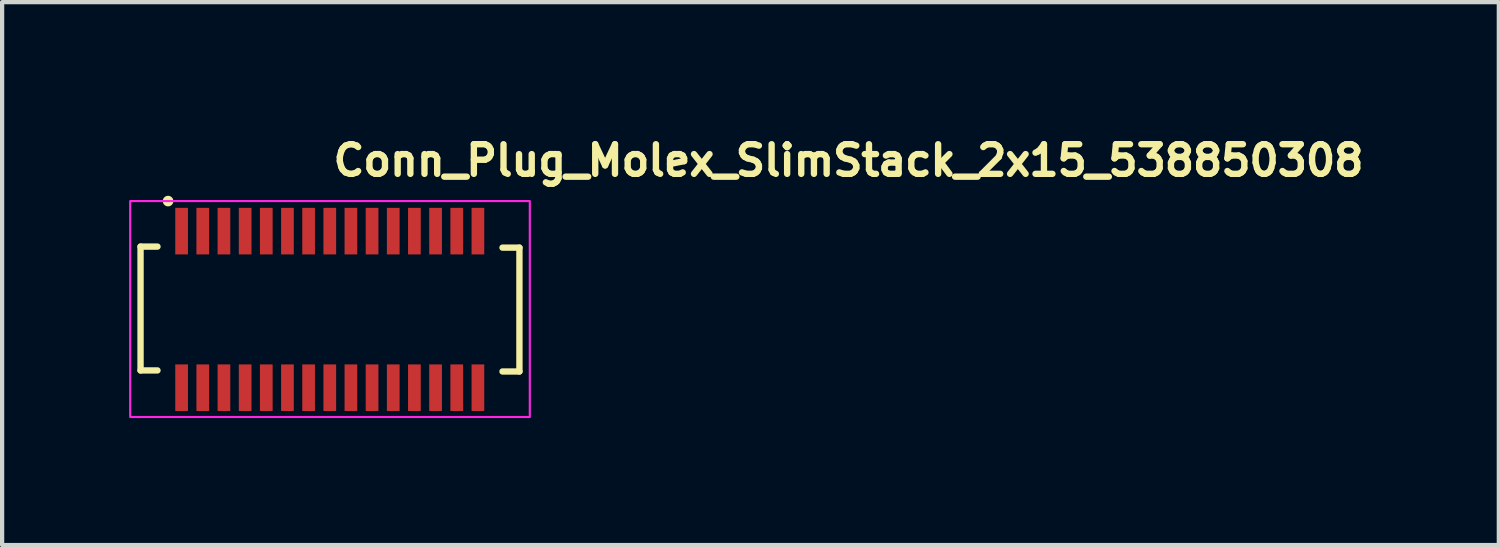
<source format=kicad_pcb>
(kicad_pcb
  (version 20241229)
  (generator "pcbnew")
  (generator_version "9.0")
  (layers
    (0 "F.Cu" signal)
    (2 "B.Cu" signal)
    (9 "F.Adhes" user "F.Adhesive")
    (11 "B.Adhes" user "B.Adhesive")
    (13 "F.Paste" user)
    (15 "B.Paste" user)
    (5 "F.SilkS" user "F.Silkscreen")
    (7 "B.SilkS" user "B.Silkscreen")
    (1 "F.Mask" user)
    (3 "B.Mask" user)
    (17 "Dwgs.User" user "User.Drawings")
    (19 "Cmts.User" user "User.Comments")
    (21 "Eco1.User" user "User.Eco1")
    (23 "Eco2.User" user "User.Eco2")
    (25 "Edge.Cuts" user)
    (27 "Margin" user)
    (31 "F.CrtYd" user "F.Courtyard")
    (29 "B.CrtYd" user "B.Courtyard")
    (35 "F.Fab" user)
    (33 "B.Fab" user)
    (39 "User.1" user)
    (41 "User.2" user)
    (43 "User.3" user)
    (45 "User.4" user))
  (footprint "Conn_Plug_Molex_SlimStack_2x15_538850308"
    (layer "F.Cu")
    (at 4.745 4.25)
    (property "Reference" "Conn_Plug_Molex_SlimStack_2x15_538850308" (at 0 -3.1 0) (layer "F.SilkS") (effects (font (size 0.7 0.7) (thickness 0.15)) (justify left bottom)))
    (attr smd)
    (fp_line (start -4.475 -1.475) (end -4.075 -1.475) (stroke (width 0.15) (type solid)) (layer "F.SilkS"))
    (fp_line (start -4.475 1.45) (end -4.475 -1.475) (stroke (width 0.15) (type solid)) (layer "F.SilkS"))
    (fp_line (start -4.475 1.45) (end -4.075 1.45) (stroke (width 0.15) (type solid)) (layer "F.SilkS"))
    (fp_line (start 4.475 -1.45) (end 4.075 -1.45) (stroke (width 0.15) (type solid)) (layer "F.SilkS"))
    (fp_line (start 4.475 -1.45) (end 4.475 1.475) (stroke (width 0.15) (type solid)) (layer "F.SilkS"))
    (fp_line (start 4.475 1.475) (end 4.075 1.475) (stroke (width 0.15) (type solid)) (layer "F.SilkS"))
    (fp_circle (center -3.825 -2.55) (end -3.775 -2.55) (stroke (width 0.15) (type solid)) (fill yes) (layer "F.SilkS"))
    (fp_rect (start -4.72 -2.55) (end 4.72 2.55) (stroke (width 0.05) (type solid)) (fill no) (layer "F.CrtYd"))
    (fp_rect (start -4.475 -2.3) (end 4.475 2.3) (stroke (width 0.1) (type solid)) (fill no) (layer "User.5"))
    (fp_line (start -4.475 -1.36) (end -4.475 1.36) (stroke (width 0.02) (type solid)) (layer "User.9"))
    (fp_line (start -4.475 1.36) (end -4.474 1.365) (stroke (width 0.02) (type solid)) (layer "User.9"))
    (fp_line (start -4.474 -1.37) (end -4.474 -1.365) (stroke (width 0.02) (type solid)) (layer "User.9"))
    (fp_line (start -4.474 -1.365) (end -4.475 -1.36) (stroke (width 0.02) (type solid)) (layer "User.9"))
    (fp_line (start -4.474 1.365) (end -4.474 1.37) (stroke (width 0.02) (type solid)) (layer "User.9"))
    (fp_line (start -4.474 1.37) (end -4.473 1.375) (stroke (width 0.02) (type solid)) (layer "User.9"))
    (fp_line (start -4.473 -1.375) (end -4.474 -1.37) (stroke (width 0.02) (type solid)) (layer "User.9"))
    (fp_line (start -4.473 1.375) (end -4.472 1.38) (stroke (width 0.02) (type solid)) (layer "User.9"))
    (fp_line (start -4.472 -1.38) (end -4.473 -1.375) (stroke (width 0.02) (type solid)) (layer "User.9"))
    (fp_line (start -4.472 1.38) (end -4.471 1.384) (stroke (width 0.02) (type solid)) (layer "User.9"))
    (fp_line (start -4.471 -1.384) (end -4.472 -1.38) (stroke (width 0.02) (type solid)) (layer "User.9"))
    (fp_line (start -4.471 1.384) (end -4.47 1.389) (stroke (width 0.02) (type solid)) (layer "User.9"))
    (fp_line (start -4.47 -1.389) (end -4.471 -1.384) (stroke (width 0.02) (type solid)) (layer "User.9"))
    (fp_line (start -4.47 1.389) (end -4.468 1.394) (stroke (width 0.02) (type solid)) (layer "User.9"))
    (fp_line (start -4.468 -1.394) (end -4.47 -1.389) (stroke (width 0.02) (type solid)) (layer "User.9"))
    (fp_line (start -4.468 1.394) (end -4.467 1.398) (stroke (width 0.02) (type solid)) (layer "User.9"))
    (fp_line (start -4.467 -1.398) (end -4.468 -1.394) (stroke (width 0.02) (type solid)) (layer "User.9"))
    (fp_line (start -4.467 1.398) (end -4.465 1.403) (stroke (width 0.02) (type solid)) (layer "User.9"))
    (fp_line (start -4.465 -1.403) (end -4.467 -1.398) (stroke (width 0.02) (type solid)) (layer "User.9"))
    (fp_line (start -4.465 1.403) (end -4.462 1.407) (stroke (width 0.02) (type solid)) (layer "User.9"))
    (fp_line (start -4.462 -1.407) (end -4.465 -1.403) (stroke (width 0.02) (type solid)) (layer "User.9"))
    (fp_line (start -4.462 1.407) (end -4.46 1.411) (stroke (width 0.02) (type solid)) (layer "User.9"))
    (fp_line (start -4.46 -1.411) (end -4.462 -1.407) (stroke (width 0.02) (type solid)) (layer "User.9"))
    (fp_line (start -4.46 1.411) (end -4.457 1.415) (stroke (width 0.02) (type solid)) (layer "User.9"))
    (fp_line (start -4.457 -1.415) (end -4.46 -1.411) (stroke (width 0.02) (type solid)) (layer "User.9"))
    (fp_line (start -4.457 1.415) (end -4.455 1.419) (stroke (width 0.02) (type solid)) (layer "User.9"))
    (fp_line (start -4.455 -1.419) (end -4.457 -1.415) (stroke (width 0.02) (type solid)) (layer "User.9"))
    (fp_line (start -4.455 1.419) (end -4.452 1.423) (stroke (width 0.02) (type solid)) (layer "User.9"))
    (fp_line (start -4.452 -1.423) (end -4.455 -1.419) (stroke (width 0.02) (type solid)) (layer "User.9"))
    (fp_line (start -4.452 1.423) (end -4.449 1.427) (stroke (width 0.02) (type solid)) (layer "User.9"))
    (fp_line (start -4.449 -1.427) (end -4.452 -1.423) (stroke (width 0.02) (type solid)) (layer "User.9"))
    (fp_line (start -4.449 1.427) (end -4.445 1.43) (stroke (width 0.02) (type solid)) (layer "User.9"))
    (fp_line (start -4.445 -1.43) (end -4.449 -1.427) (stroke (width 0.02) (type solid)) (layer "User.9"))
    (fp_line (start -4.445 1.43) (end -4.442 1.434) (stroke (width 0.02) (type solid)) (layer "User.9"))
    (fp_line (start -4.442 -1.434) (end -4.445 -1.43) (stroke (width 0.02) (type solid)) (layer "User.9"))
    (fp_line (start -4.442 1.434) (end -4.438 1.437) (stroke (width 0.02) (type solid)) (layer "User.9"))
    (fp_line (start -4.438 -1.437) (end -4.442 -1.434) (stroke (width 0.02) (type solid)) (layer "User.9"))
    (fp_line (start -4.438 1.437) (end -4.434 1.44) (stroke (width 0.02) (type solid)) (layer "User.9"))
    (fp_line (start -4.434 -1.44) (end -4.438 -1.437) (stroke (width 0.02) (type solid)) (layer "User.9"))
    (fp_line (start -4.434 1.44) (end -4.43 1.442) (stroke (width 0.02) (type solid)) (layer "User.9"))
    (fp_line (start -4.43 -1.442) (end -4.434 -1.44) (stroke (width 0.02) (type solid)) (layer "User.9"))
    (fp_line (start -4.43 1.442) (end -4.426 1.445) (stroke (width 0.02) (type solid)) (layer "User.9"))
    (fp_line (start -4.426 -1.445) (end -4.43 -1.442) (stroke (width 0.02) (type solid)) (layer "User.9"))
    (fp_line (start -4.426 1.445) (end -4.422 1.447) (stroke (width 0.02) (type solid)) (layer "User.9"))
    (fp_line (start -4.422 -1.447) (end -4.426 -1.445) (stroke (width 0.02) (type solid)) (layer "User.9"))
    (fp_line (start -4.422 1.447) (end -4.418 1.45) (stroke (width 0.02) (type solid)) (layer "User.9"))
    (fp_line (start -4.418 -1.45) (end -4.422 -1.447) (stroke (width 0.02) (type solid)) (layer "User.9"))
    (fp_line (start -4.418 1.45) (end -4.413 1.452) (stroke (width 0.02) (type solid)) (layer "User.9"))
    (fp_line (start -4.413 -1.452) (end -4.418 -1.45) (stroke (width 0.02) (type solid)) (layer "User.9"))
    (fp_line (start -4.413 1.452) (end -4.409 1.453) (stroke (width 0.02) (type solid)) (layer "User.9"))
    (fp_line (start -4.409 -1.453) (end -4.413 -1.452) (stroke (width 0.02) (type solid)) (layer "User.9"))
    (fp_line (start -4.409 1.453) (end -4.404 1.455) (stroke (width 0.02) (type solid)) (layer "User.9"))
    (fp_line (start -4.404 -1.455) (end -4.409 -1.453) (stroke (width 0.02) (type solid)) (layer "User.9"))
    (fp_line (start -4.404 1.455) (end -4.399 1.456) (stroke (width 0.02) (type solid)) (layer "User.9"))
    (fp_line (start -4.399 -1.456) (end -4.404 -1.455) (stroke (width 0.02) (type solid)) (layer "User.9"))
    (fp_line (start -4.399 1.456) (end -4.395 1.457) (stroke (width 0.02) (type solid)) (layer "User.9"))
    (fp_line (start -4.395 -1.457) (end -4.399 -1.456) (stroke (width 0.02) (type solid)) (layer "User.9"))
    (fp_line (start -4.395 1.457) (end -4.39 1.458) (stroke (width 0.02) (type solid)) (layer "User.9"))
    (fp_line (start -4.39 -1.458) (end -4.395 -1.457) (stroke (width 0.02) (type solid)) (layer "User.9"))
    (fp_line (start -4.39 1.458) (end -4.385 1.459) (stroke (width 0.02) (type solid)) (layer "User.9"))
    (fp_line (start -4.385 -1.459) (end -4.39 -1.458) (stroke (width 0.02) (type solid)) (layer "User.9"))
    (fp_line (start -4.385 1.459) (end -4.38 1.459) (stroke (width 0.02) (type solid)) (layer "User.9"))
    (fp_line (start -4.38 -1.459) (end -4.385 -1.459) (stroke (width 0.02) (type solid)) (layer "User.9"))
    (fp_line (start -4.38 1.459) (end -4.375 1.46) (stroke (width 0.02) (type solid)) (layer "User.9"))
    (fp_line (start -4.375 -1.46) (end -4.38 -1.459) (stroke (width 0.02) (type solid)) (layer "User.9"))
    (fp_line (start -4.375 -1.36) (end -4.375 1.36) (stroke (width 0.02) (type solid)) (layer "User.9"))
    (fp_line (start -4.125 -0.949) (end -4.025 -0.85) (stroke (width 0.02) (type solid)) (layer "User.9"))
    (fp_line (start -4.125 0.949) (end -4.025 0.85) (stroke (width 0.02) (type solid)) (layer "User.9"))
    (fp_line (start -4.025 -0.85) (end -3.65 -0.85) (stroke (width 0.02) (type solid)) (layer "User.9"))
    (fp_line (start -4.025 0.85) (end -4.025 -0.85) (stroke (width 0.02) (type solid)) (layer "User.9"))
    (fp_line (start -3.875 -1.46) (end -4.375 -1.46) (stroke (width 0.02) (type solid)) (layer "User.9"))
    (fp_line (start -3.875 -1.46) (end -3.875 -1.36) (stroke (width 0.02) (type solid)) (layer "User.9"))
    (fp_line (start -3.875 -1.46) (end 3.875 -1.46) (stroke (width 0.02) (type solid)) (layer "User.9"))
    (fp_line (start -3.875 -1.36) (end -4.375 -1.36) (stroke (width 0.02) (type solid)) (layer "User.9"))
    (fp_line (start -3.875 -1.36) (end -3.875 -0.949) (stroke (width 0.02) (type solid)) (layer "User.9"))
    (fp_line (start -3.875 -0.949) (end -3.875 -0.853) (stroke (width 0.02) (type solid)) (layer "User.9"))
    (fp_line (start -3.875 -0.853) (end -3.65 -0.853) (stroke (width 0.02) (type solid)) (layer "User.9"))
    (fp_line (start -3.875 0.949) (end -3.875 0.853) (stroke (width 0.02) (type solid)) (layer "User.9"))
    (fp_line (start -3.875 0.949) (end -3.875 1.36) (stroke (width 0.02) (type solid)) (layer "User.9"))
    (fp_line (start -3.875 1.36) (end -4.375 1.36) (stroke (width 0.02) (type solid)) (layer "User.9"))
    (fp_line (start -3.875 1.46) (end -4.375 1.46) (stroke (width 0.02) (type solid)) (layer "User.9"))
    (fp_line (start -3.875 1.46) (end -3.875 1.36) (stroke (width 0.02) (type solid)) (layer "User.9"))
    (fp_line (start -3.875 1.46) (end 3.875 1.46) (stroke (width 0.02) (type solid)) (layer "User.9"))
    (fp_line (start -3.65 -2.3) (end -3.35 -2.3) (stroke (width 0.02) (type solid)) (layer "User.9"))
    (fp_line (start -3.65 -1.46) (end -3.65 -2.3) (stroke (width 0.02) (type solid)) (layer "User.9"))
    (fp_line (start -3.65 -1.36) (end -3.875 -1.36) (stroke (width 0.02) (type solid)) (layer "User.9"))
    (fp_line (start -3.65 -1.31) (end -3.875 -1.31) (stroke (width 0.02) (type solid)) (layer "User.9"))
    (fp_line (start -3.65 -1.31) (end -3.65 -1.36) (stroke (width 0.02) (type solid)) (layer "User.9"))
    (fp_line (start -3.65 -1.306) (end -3.585 -1.306) (stroke (width 0.02) (type solid)) (layer "User.9"))
    (fp_line (start -3.65 -0.853) (end -3.65 -1.31) (stroke (width 0.02) (type solid)) (layer "User.9"))
    (fp_line (start -3.65 -0.853) (end -3.65 -0.85) (stroke (width 0.02) (type solid)) (layer "User.9"))
    (fp_line (start -3.65 -0.85) (end -3.585 -0.85) (stroke (width 0.02) (type solid)) (layer "User.9"))
    (fp_line (start -3.65 0.85) (end -4.025 0.85) (stroke (width 0.02) (type solid)) (layer "User.9"))
    (fp_line (start -3.65 0.85) (end -3.585 0.85) (stroke (width 0.02) (type solid)) (layer "User.9"))
    (fp_line (start -3.65 0.853) (end -3.875 0.853) (stroke (width 0.02) (type solid)) (layer "User.9"))
    (fp_line (start -3.65 0.853) (end -3.65 0.85) (stroke (width 0.02) (type solid)) (layer "User.9"))
    (fp_line (start -3.65 1.306) (end -3.585 1.306) (stroke (width 0.02) (type solid)) (layer "User.9"))
    (fp_line (start -3.65 1.31) (end -3.875 1.31) (stroke (width 0.02) (type solid)) (layer "User.9"))
    (fp_line (start -3.65 1.31) (end -3.65 0.853) (stroke (width 0.02) (type solid)) (layer "User.9"))
    (fp_line (start -3.65 1.36) (end -3.875 1.36) (stroke (width 0.02) (type solid)) (layer "User.9"))
    (fp_line (start -3.65 1.36) (end -3.65 1.31) (stroke (width 0.02) (type solid)) (layer "User.9"))
    (fp_line (start -3.65 2.3) (end -3.65 1.46) (stroke (width 0.02) (type solid)) (layer "User.9"))
    (fp_line (start -3.585 -2.1) (end -3.585 -1.629) (stroke (width 0.02) (type solid)) (layer "User.9"))
    (fp_line (start -3.585 -2.1) (end -3.415 -2.1) (stroke (width 0.02) (type solid)) (layer "User.9"))
    (fp_line (start -3.585 -1.629) (end -3.585 -1.6) (stroke (width 0.02) (type solid)) (layer "User.9"))
    (fp_line (start -3.585 -1.6) (end -3.585 -1.46) (stroke (width 0.02) (type solid)) (layer "User.9"))
    (fp_line (start -3.585 -1.6) (end -3.415 -1.6) (stroke (width 0.02) (type solid)) (layer "User.9"))
    (fp_line (start -3.585 -1.6) (end -3.415 -1.6) (stroke (width 0.02) (type solid)) (layer "User.9"))
    (fp_line (start -3.585 -1.315) (end -3.585 -0.85) (stroke (width 0.02) (type solid)) (layer "User.9"))
    (fp_line (start -3.585 -1.315) (end -3.415 -1.315) (stroke (width 0.02) (type solid)) (layer "User.9"))
    (fp_line (start -3.585 -1.3) (end -3.65 -1.3) (stroke (width 0.02) (type solid)) (layer "User.9"))
    (fp_line (start -3.585 -1.065) (end -3.65 -1.065) (stroke (width 0.02) (type solid)) (layer "User.9"))
    (fp_line (start -3.585 -0.85) (end -3.415 -0.85) (stroke (width 0.02) (type solid)) (layer "User.9"))
    (fp_line (start -3.585 0.85) (end -3.585 1.315) (stroke (width 0.02) (type solid)) (layer "User.9"))
    (fp_line (start -3.585 0.85) (end -3.415 0.85) (stroke (width 0.02) (type solid)) (layer "User.9"))
    (fp_line (start -3.585 1.065) (end -3.65 1.065) (stroke (width 0.02) (type solid)) (layer "User.9"))
    (fp_line (start -3.585 1.3) (end -3.65 1.3) (stroke (width 0.02) (type solid)) (layer "User.9"))
    (fp_line (start -3.585 1.315) (end -3.415 1.315) (stroke (width 0.02) (type solid)) (layer "User.9"))
    (fp_line (start -3.585 1.46) (end -3.585 1.6) (stroke (width 0.02) (type solid)) (layer "User.9"))
    (fp_line (start -3.585 1.6) (end -3.585 1.629) (stroke (width 0.02) (type solid)) (layer "User.9"))
    (fp_line (start -3.585 1.6) (end -3.415 1.6) (stroke (width 0.02) (type solid)) (layer "User.9"))
    (fp_line (start -3.585 1.629) (end -3.585 2.1) (stroke (width 0.02) (type solid)) (layer "User.9"))
    (fp_line (start -3.585 2.1) (end -3.415 2.1) (stroke (width 0.02) (type solid)) (layer "User.9"))
    (fp_line (start -3.415 -2.1) (end -3.415 -1.629) (stroke (width 0.02) (type solid)) (layer "User.9"))
    (fp_line (start -3.415 -1.629) (end -3.415 -1.6) (stroke (width 0.02) (type solid)) (layer "User.9"))
    (fp_line (start -3.415 -1.6) (end -3.415 -1.46) (stroke (width 0.02) (type solid)) (layer "User.9"))
    (fp_line (start -3.415 -1.315) (end -3.415 -0.85) (stroke (width 0.02) (type solid)) (layer "User.9"))
    (fp_line (start -3.415 -1.306) (end -3.35 -1.306) (stroke (width 0.02) (type solid)) (layer "User.9"))
    (fp_line (start -3.415 -0.85) (end -3.35 -0.85) (stroke (width 0.02) (type solid)) (layer "User.9"))
    (fp_line (start -3.415 0.85) (end -3.415 1.315) (stroke (width 0.02) (type solid)) (layer "User.9"))
    (fp_line (start -3.415 0.85) (end -3.35 0.85) (stroke (width 0.02) (type solid)) (layer "User.9"))
    (fp_line (start -3.415 1.306) (end -3.35 1.306) (stroke (width 0.02) (type solid)) (layer "User.9"))
    (fp_line (start -3.415 1.46) (end -3.415 1.6) (stroke (width 0.02) (type solid)) (layer "User.9"))
    (fp_line (start -3.415 1.6) (end -3.415 1.629) (stroke (width 0.02) (type solid)) (layer "User.9"))
    (fp_line (start -3.415 1.629) (end -3.415 2.1) (stroke (width 0.02) (type solid)) (layer "User.9"))
    (fp_line (start -3.35 -2.3) (end -3.35 -1.46) (stroke (width 0.02) (type solid)) (layer "User.9"))
    (fp_line (start -3.35 -1.36) (end -3.65 -1.36) (stroke (width 0.02) (type solid)) (layer "User.9"))
    (fp_line (start -3.35 -1.31) (end -3.35 -1.36) (stroke (width 0.02) (type solid)) (layer "User.9"))
    (fp_line (start -3.35 -1.3) (end -3.415 -1.3) (stroke (width 0.02) (type solid)) (layer "User.9"))
    (fp_line (start -3.35 -1.065) (end -3.415 -1.065) (stroke (width 0.02) (type solid)) (layer "User.9"))
    (fp_line (start -3.35 -0.853) (end -3.35 -1.31) (stroke (width 0.02) (type solid)) (layer "User.9"))
    (fp_line (start -3.35 -0.853) (end -3.35 -0.85) (stroke (width 0.02) (type solid)) (layer "User.9"))
    (fp_line (start -3.35 -0.853) (end -3.15 -0.853) (stroke (width 0.02) (type solid)) (layer "User.9"))
    (fp_line (start -3.35 -0.85) (end -3.15 -0.85) (stroke (width 0.02) (type solid)) (layer "User.9"))
    (fp_line (start -3.35 0.853) (end -3.35 0.85) (stroke (width 0.02) (type solid)) (layer "User.9"))
    (fp_line (start -3.35 1.065) (end -3.415 1.065) (stroke (width 0.02) (type solid)) (layer "User.9"))
    (fp_line (start -3.35 1.3) (end -3.415 1.3) (stroke (width 0.02) (type solid)) (layer "User.9"))
    (fp_line (start -3.35 1.31) (end -3.35 0.853) (stroke (width 0.02) (type solid)) (layer "User.9"))
    (fp_line (start -3.35 1.36) (end -3.65 1.36) (stroke (width 0.02) (type solid)) (layer "User.9"))
    (fp_line (start -3.35 1.36) (end -3.35 1.31) (stroke (width 0.02) (type solid)) (layer "User.9"))
    (fp_line (start -3.35 1.46) (end -3.35 2.3) (stroke (width 0.02) (type solid)) (layer "User.9"))
    (fp_line (start -3.35 2.3) (end -3.65 2.3) (stroke (width 0.02) (type solid)) (layer "User.9"))
    (fp_line (start -3.15 -2.3) (end -2.85 -2.3) (stroke (width 0.02) (type solid)) (layer "User.9"))
    (fp_line (start -3.15 -1.46) (end -3.15 -2.3) (stroke (width 0.02) (type solid)) (layer "User.9"))
    (fp_line (start -3.15 -1.36) (end -3.35 -1.36) (stroke (width 0.02) (type solid)) (layer "User.9"))
    (fp_line (start -3.15 -1.36) (end -2.85 -1.36) (stroke (width 0.02) (type solid)) (layer "User.9"))
    (fp_line (start -3.15 -1.31) (end -3.35 -1.31) (stroke (width 0.02) (type solid)) (layer "User.9"))
    (fp_line (start -3.15 -1.31) (end -3.15 -1.36) (stroke (width 0.02) (type solid)) (layer "User.9"))
    (fp_line (start -3.15 -0.853) (end -3.15 -1.31) (stroke (width 0.02) (type solid)) (layer "User.9"))
    (fp_line (start -3.15 -0.853) (end -3.15 -0.85) (stroke (width 0.02) (type solid)) (layer "User.9"))
    (fp_line (start -3.15 -0.85) (end -3.085 -0.85) (stroke (width 0.02) (type solid)) (layer "User.9"))
    (fp_line (start -3.15 0.85) (end -3.35 0.85) (stroke (width 0.02) (type solid)) (layer "User.9"))
    (fp_line (start -3.15 0.85) (end -3.085 0.85) (stroke (width 0.02) (type solid)) (layer "User.9"))
    (fp_line (start -3.15 0.853) (end -3.35 0.853) (stroke (width 0.02) (type solid)) (layer "User.9"))
    (fp_line (start -3.15 0.853) (end -3.15 0.85) (stroke (width 0.02) (type solid)) (layer "User.9"))
    (fp_line (start -3.15 1.31) (end -3.35 1.31) (stroke (width 0.02) (type solid)) (layer "User.9"))
    (fp_line (start -3.15 1.31) (end -3.15 0.853) (stroke (width 0.02) (type solid)) (layer "User.9"))
    (fp_line (start -3.15 1.36) (end -3.35 1.36) (stroke (width 0.02) (type solid)) (layer "User.9"))
    (fp_line (start -3.15 1.36) (end -3.15 1.31) (stroke (width 0.02) (type solid)) (layer "User.9"))
    (fp_line (start -3.15 1.36) (end -2.85 1.36) (stroke (width 0.02) (type solid)) (layer "User.9"))
    (fp_line (start -3.15 2.3) (end -3.15 1.46) (stroke (width 0.02) (type solid)) (layer "User.9"))
    (fp_line (start -3.085 -2.1) (end -3.085 -1.629) (stroke (width 0.02) (type solid)) (layer "User.9"))
    (fp_line (start -3.085 -2.1) (end -2.915 -2.1) (stroke (width 0.02) (type solid)) (layer "User.9"))
    (fp_line (start -3.085 -1.629) (end -3.085 -1.6) (stroke (width 0.02) (type solid)) (layer "User.9"))
    (fp_line (start -3.085 -1.6) (end -3.085 -1.46) (stroke (width 0.02) (type solid)) (layer "User.9"))
    (fp_line (start -3.085 -1.6) (end -2.915 -1.6) (stroke (width 0.02) (type solid)) (layer "User.9"))
    (fp_line (start -3.085 -1.6) (end -2.915 -1.6) (stroke (width 0.02) (type solid)) (layer "User.9"))
    (fp_line (start -3.085 -1.315) (end -3.085 -0.85) (stroke (width 0.02) (type solid)) (layer "User.9"))
    (fp_line (start -3.085 -1.315) (end -2.915 -1.315) (stroke (width 0.02) (type solid)) (layer "User.9"))
    (fp_line (start -3.085 -1.3) (end -3.15 -1.3) (stroke (width 0.02) (type solid)) (layer "User.9"))
    (fp_line (start -3.085 -1.065) (end -3.15 -1.065) (stroke (width 0.02) (type solid)) (layer "User.9"))
    (fp_line (start -3.085 -0.85) (end -2.915 -0.85) (stroke (width 0.02) (type solid)) (layer "User.9"))
    (fp_line (start -3.085 0.85) (end -3.085 1.315) (stroke (width 0.02) (type solid)) (layer "User.9"))
    (fp_line (start -3.085 0.85) (end -2.915 0.85) (stroke (width 0.02) (type solid)) (layer "User.9"))
    (fp_line (start -3.085 1.065) (end -3.15 1.065) (stroke (width 0.02) (type solid)) (layer "User.9"))
    (fp_line (start -3.085 1.3) (end -3.15 1.3) (stroke (width 0.02) (type solid)) (layer "User.9"))
    (fp_line (start -3.085 1.315) (end -2.915 1.315) (stroke (width 0.02) (type solid)) (layer "User.9"))
    (fp_line (start -3.085 1.46) (end -3.085 1.6) (stroke (width 0.02) (type solid)) (layer "User.9"))
    (fp_line (start -3.085 1.6) (end -3.085 1.629) (stroke (width 0.02) (type solid)) (layer "User.9"))
    (fp_line (start -3.085 1.6) (end -2.915 1.6) (stroke (width 0.02) (type solid)) (layer "User.9"))
    (fp_line (start -3.085 1.629) (end -3.085 2.1) (stroke (width 0.02) (type solid)) (layer "User.9"))
    (fp_line (start -3.085 2.1) (end -2.915 2.1) (stroke (width 0.02) (type solid)) (layer "User.9"))
    (fp_line (start -2.915 -2.1) (end -2.915 -1.629) (stroke (width 0.02) (type solid)) (layer "User.9"))
    (fp_line (start -2.915 -1.629) (end -2.915 -1.6) (stroke (width 0.02) (type solid)) (layer "User.9"))
    (fp_line (start -2.915 -1.6) (end -2.915 -1.46) (stroke (width 0.02) (type solid)) (layer "User.9"))
    (fp_line (start -2.915 -1.315) (end -2.915 -0.85) (stroke (width 0.02) (type solid)) (layer "User.9"))
    (fp_line (start -2.915 -0.85) (end -2.85 -0.85) (stroke (width 0.02) (type solid)) (layer "User.9"))
    (fp_line (start -2.915 0.85) (end -2.915 1.315) (stroke (width 0.02) (type solid)) (layer "User.9"))
    (fp_line (start -2.915 0.85) (end -2.85 0.85) (stroke (width 0.02) (type solid)) (layer "User.9"))
    (fp_line (start -2.915 1.46) (end -2.915 1.6) (stroke (width 0.02) (type solid)) (layer "User.9"))
    (fp_line (start -2.915 1.6) (end -2.915 1.629) (stroke (width 0.02) (type solid)) (layer "User.9"))
    (fp_line (start -2.915 1.629) (end -2.915 2.1) (stroke (width 0.02) (type solid)) (layer "User.9"))
    (fp_line (start -2.85 -2.3) (end -2.85 -1.46) (stroke (width 0.02) (type solid)) (layer "User.9"))
    (fp_line (start -2.85 -1.34) (end -3.15 -1.34) (stroke (width 0.02) (type solid)) (layer "User.9"))
    (fp_line (start -2.85 -1.31) (end -2.85 -1.36) (stroke (width 0.02) (type solid)) (layer "User.9"))
    (fp_line (start -2.85 -1.3) (end -2.915 -1.3) (stroke (width 0.02) (type solid)) (layer "User.9"))
    (fp_line (start -2.85 -1.065) (end -2.915 -1.065) (stroke (width 0.02) (type solid)) (layer "User.9"))
    (fp_line (start -2.85 -0.853) (end -2.85 -1.31) (stroke (width 0.02) (type solid)) (layer "User.9"))
    (fp_line (start -2.85 -0.853) (end -2.85 -0.85) (stroke (width 0.02) (type solid)) (layer "User.9"))
    (fp_line (start -2.85 -0.853) (end -2.65 -0.853) (stroke (width 0.02) (type solid)) (layer "User.9"))
    (fp_line (start -2.85 -0.85) (end -2.65 -0.85) (stroke (width 0.02) (type solid)) (layer "User.9"))
    (fp_line (start -2.85 0.853) (end -2.85 0.85) (stroke (width 0.02) (type solid)) (layer "User.9"))
    (fp_line (start -2.85 1.065) (end -2.915 1.065) (stroke (width 0.02) (type solid)) (layer "User.9"))
    (fp_line (start -2.85 1.3) (end -2.915 1.3) (stroke (width 0.02) (type solid)) (layer "User.9"))
    (fp_line (start -2.85 1.31) (end -2.85 0.853) (stroke (width 0.02) (type solid)) (layer "User.9"))
    (fp_line (start -2.85 1.34) (end -3.15 1.34) (stroke (width 0.02) (type solid)) (layer "User.9"))
    (fp_line (start -2.85 1.36) (end -2.85 1.31) (stroke (width 0.02) (type solid)) (layer "User.9"))
    (fp_line (start -2.85 1.46) (end -2.85 2.3) (stroke (width 0.02) (type solid)) (layer "User.9"))
    (fp_line (start -2.85 2.3) (end -3.15 2.3) (stroke (width 0.02) (type solid)) (layer "User.9"))
    (fp_line (start -2.65 -2.3) (end -2.35 -2.3) (stroke (width 0.02) (type solid)) (layer "User.9"))
    (fp_line (start -2.65 -1.46) (end -2.65 -2.3) (stroke (width 0.02) (type solid)) (layer "User.9"))
    (fp_line (start -2.65 -1.36) (end -2.85 -1.36) (stroke (width 0.02) (type solid)) (layer "User.9"))
    (fp_line (start -2.65 -1.31) (end -2.85 -1.31) (stroke (width 0.02) (type solid)) (layer "User.9"))
    (fp_line (start -2.65 -1.31) (end -2.65 -1.36) (stroke (width 0.02) (type solid)) (layer "User.9"))
    (fp_line (start -2.65 -1.306) (end -2.585 -1.306) (stroke (width 0.02) (type solid)) (layer "User.9"))
    (fp_line (start -2.65 -0.853) (end -2.65 -1.31) (stroke (width 0.02) (type solid)) (layer "User.9"))
    (fp_line (start -2.65 -0.853) (end -2.65 -0.85) (stroke (width 0.02) (type solid)) (layer "User.9"))
    (fp_line (start -2.65 -0.85) (end -2.585 -0.85) (stroke (width 0.02) (type solid)) (layer "User.9"))
    (fp_line (start -2.65 0.85) (end -2.85 0.85) (stroke (width 0.02) (type solid)) (layer "User.9"))
    (fp_line (start -2.65 0.85) (end -2.585 0.85) (stroke (width 0.02) (type solid)) (layer "User.9"))
    (fp_line (start -2.65 0.853) (end -2.85 0.853) (stroke (width 0.02) (type solid)) (layer "User.9"))
    (fp_line (start -2.65 0.853) (end -2.65 0.85) (stroke (width 0.02) (type solid)) (layer "User.9"))
    (fp_line (start -2.65 1.306) (end -2.585 1.306) (stroke (width 0.02) (type solid)) (layer "User.9"))
    (fp_line (start -2.65 1.31) (end -2.85 1.31) (stroke (width 0.02) (type solid)) (layer "User.9"))
    (fp_line (start -2.65 1.31) (end -2.65 0.853) (stroke (width 0.02) (type solid)) (layer "User.9"))
    (fp_line (start -2.65 1.36) (end -2.85 1.36) (stroke (width 0.02) (type solid)) (layer "User.9"))
    (fp_line (start -2.65 1.36) (end -2.65 1.31) (stroke (width 0.02) (type solid)) (layer "User.9"))
    (fp_line (start -2.65 2.3) (end -2.65 1.46) (stroke (width 0.02) (type solid)) (layer "User.9"))
    (fp_line (start -2.585 -2.1) (end -2.585 -1.629) (stroke (width 0.02) (type solid)) (layer "User.9"))
    (fp_line (start -2.585 -2.1) (end -2.415 -2.1) (stroke (width 0.02) (type solid)) (layer "User.9"))
    (fp_line (start -2.585 -1.629) (end -2.585 -1.6) (stroke (width 0.02) (type solid)) (layer "User.9"))
    (fp_line (start -2.585 -1.6) (end -2.585 -1.46) (stroke (width 0.02) (type solid)) (layer "User.9"))
    (fp_line (start -2.585 -1.6) (end -2.415 -1.6) (stroke (width 0.02) (type solid)) (layer "User.9"))
    (fp_line (start -2.585 -1.6) (end -2.415 -1.6) (stroke (width 0.02) (type solid)) (layer "User.9"))
    (fp_line (start -2.585 -1.315) (end -2.585 -0.85) (stroke (width 0.02) (type solid)) (layer "User.9"))
    (fp_line (start -2.585 -1.315) (end -2.415 -1.315) (stroke (width 0.02) (type solid)) (layer "User.9"))
    (fp_line (start -2.585 -1.3) (end -2.65 -1.3) (stroke (width 0.02) (type solid)) (layer "User.9"))
    (fp_line (start -2.585 -1.065) (end -2.65 -1.065) (stroke (width 0.02) (type solid)) (layer "User.9"))
    (fp_line (start -2.585 -0.85) (end -2.415 -0.85) (stroke (width 0.02) (type solid)) (layer "User.9"))
    (fp_line (start -2.585 0.85) (end -2.585 1.315) (stroke (width 0.02) (type solid)) (layer "User.9"))
    (fp_line (start -2.585 0.85) (end -2.415 0.85) (stroke (width 0.02) (type solid)) (layer "User.9"))
    (fp_line (start -2.585 1.065) (end -2.65 1.065) (stroke (width 0.02) (type solid)) (layer "User.9"))
    (fp_line (start -2.585 1.3) (end -2.65 1.3) (stroke (width 0.02) (type solid)) (layer "User.9"))
    (fp_line (start -2.585 1.315) (end -2.415 1.315) (stroke (width 0.02) (type solid)) (layer "User.9"))
    (fp_line (start -2.585 1.46) (end -2.585 1.6) (stroke (width 0.02) (type solid)) (layer "User.9"))
    (fp_line (start -2.585 1.6) (end -2.585 1.629) (stroke (width 0.02) (type solid)) (layer "User.9"))
    (fp_line (start -2.585 1.6) (end -2.415 1.6) (stroke (width 0.02) (type solid)) (layer "User.9"))
    (fp_line (start -2.585 1.629) (end -2.585 2.1) (stroke (width 0.02) (type solid)) (layer "User.9"))
    (fp_line (start -2.585 2.1) (end -2.415 2.1) (stroke (width 0.02) (type solid)) (layer "User.9"))
    (fp_line (start -2.415 -2.1) (end -2.415 -1.629) (stroke (width 0.02) (type solid)) (layer "User.9"))
    (fp_line (start -2.415 -1.629) (end -2.415 -1.6) (stroke (width 0.02) (type solid)) (layer "User.9"))
    (fp_line (start -2.415 -1.6) (end -2.415 -1.46) (stroke (width 0.02) (type solid)) (layer "User.9"))
    (fp_line (start -2.415 -1.315) (end -2.415 -0.85) (stroke (width 0.02) (type solid)) (layer "User.9"))
    (fp_line (start -2.415 -1.306) (end -2.35 -1.306) (stroke (width 0.02) (type solid)) (layer "User.9"))
    (fp_line (start -2.415 -0.85) (end -2.35 -0.85) (stroke (width 0.02) (type solid)) (layer "User.9"))
    (fp_line (start -2.415 0.85) (end -2.415 1.315) (stroke (width 0.02) (type solid)) (layer "User.9"))
    (fp_line (start -2.415 0.85) (end -2.35 0.85) (stroke (width 0.02) (type solid)) (layer "User.9"))
    (fp_line (start -2.415 1.306) (end -2.35 1.306) (stroke (width 0.02) (type solid)) (layer "User.9"))
    (fp_line (start -2.415 1.46) (end -2.415 1.6) (stroke (width 0.02) (type solid)) (layer "User.9"))
    (fp_line (start -2.415 1.6) (end -2.415 1.629) (stroke (width 0.02) (type solid)) (layer "User.9"))
    (fp_line (start -2.415 1.629) (end -2.415 2.1) (stroke (width 0.02) (type solid)) (layer "User.9"))
    (fp_line (start -2.35 -2.3) (end -2.35 -1.46) (stroke (width 0.02) (type solid)) (layer "User.9"))
    (fp_line (start -2.35 -1.36) (end -2.65 -1.36) (stroke (width 0.02) (type solid)) (layer "User.9"))
    (fp_line (start -2.35 -1.31) (end -2.35 -1.36) (stroke (width 0.02) (type solid)) (layer "User.9"))
    (fp_line (start -2.35 -1.3) (end -2.415 -1.3) (stroke (width 0.02) (type solid)) (layer "User.9"))
    (fp_line (start -2.35 -1.065) (end -2.415 -1.065) (stroke (width 0.02) (type solid)) (layer "User.9"))
    (fp_line (start -2.35 -0.853) (end -2.35 -1.31) (stroke (width 0.02) (type solid)) (layer "User.9"))
    (fp_line (start -2.35 -0.853) (end -2.35 -0.85) (stroke (width 0.02) (type solid)) (layer "User.9"))
    (fp_line (start -2.35 -0.853) (end -2.15 -0.853) (stroke (width 0.02) (type solid)) (layer "User.9"))
    (fp_line (start -2.35 -0.85) (end -2.15 -0.85) (stroke (width 0.02) (type solid)) (layer "User.9"))
    (fp_line (start -2.35 0.853) (end -2.35 0.85) (stroke (width 0.02) (type solid)) (layer "User.9"))
    (fp_line (start -2.35 1.065) (end -2.415 1.065) (stroke (width 0.02) (type solid)) (layer "User.9"))
    (fp_line (start -2.35 1.3) (end -2.415 1.3) (stroke (width 0.02) (type solid)) (layer "User.9"))
    (fp_line (start -2.35 1.31) (end -2.35 0.853) (stroke (width 0.02) (type solid)) (layer "User.9"))
    (fp_line (start -2.35 1.36) (end -2.65 1.36) (stroke (width 0.02) (type solid)) (layer "User.9"))
    (fp_line (start -2.35 1.36) (end -2.35 1.31) (stroke (width 0.02) (type solid)) (layer "User.9"))
    (fp_line (start -2.35 1.46) (end -2.35 2.3) (stroke (width 0.02) (type solid)) (layer "User.9"))
    (fp_line (start -2.35 2.3) (end -2.65 2.3) (stroke (width 0.02) (type solid)) (layer "User.9"))
    (fp_line (start -2.15 -2.3) (end -1.85 -2.3) (stroke (width 0.02) (type solid)) (layer "User.9"))
    (fp_line (start -2.15 -1.46) (end -2.15 -2.3) (stroke (width 0.02) (type solid)) (layer "User.9"))
    (fp_line (start -2.15 -1.36) (end -2.35 -1.36) (stroke (width 0.02) (type solid)) (layer "User.9"))
    (fp_line (start -2.15 -1.36) (end -1.85 -1.36) (stroke (width 0.02) (type solid)) (layer "User.9"))
    (fp_line (start -2.15 -1.31) (end -2.35 -1.31) (stroke (width 0.02) (type solid)) (layer "User.9"))
    (fp_line (start -2.15 -1.31) (end -2.15 -1.36) (stroke (width 0.02) (type solid)) (layer "User.9"))
    (fp_line (start -2.15 -0.853) (end -2.15 -1.31) (stroke (width 0.02) (type solid)) (layer "User.9"))
    (fp_line (start -2.15 -0.853) (end -2.15 -0.85) (stroke (width 0.02) (type solid)) (layer "User.9"))
    (fp_line (start -2.15 -0.85) (end -2.085 -0.85) (stroke (width 0.02) (type solid)) (layer "User.9"))
    (fp_line (start -2.15 0.85) (end -2.35 0.85) (stroke (width 0.02) (type solid)) (layer "User.9"))
    (fp_line (start -2.15 0.85) (end -2.085 0.85) (stroke (width 0.02) (type solid)) (layer "User.9"))
    (fp_line (start -2.15 0.853) (end -2.35 0.853) (stroke (width 0.02) (type solid)) (layer "User.9"))
    (fp_line (start -2.15 0.853) (end -2.15 0.85) (stroke (width 0.02) (type solid)) (layer "User.9"))
    (fp_line (start -2.15 1.31) (end -2.35 1.31) (stroke (width 0.02) (type solid)) (layer "User.9"))
    (fp_line (start -2.15 1.31) (end -2.15 0.853) (stroke (width 0.02) (type solid)) (layer "User.9"))
    (fp_line (start -2.15 1.36) (end -2.35 1.36) (stroke (width 0.02) (type solid)) (layer "User.9"))
    (fp_line (start -2.15 1.36) (end -2.15 1.31) (stroke (width 0.02) (type solid)) (layer "User.9"))
    (fp_line (start -2.15 1.36) (end -1.85 1.36) (stroke (width 0.02) (type solid)) (layer "User.9"))
    (fp_line (start -2.15 2.3) (end -2.15 1.46) (stroke (width 0.02) (type solid)) (layer "User.9"))
    (fp_line (start -2.085 -2.1) (end -2.085 -1.629) (stroke (width 0.02) (type solid)) (layer "User.9"))
    (fp_line (start -2.085 -2.1) (end -1.915 -2.1) (stroke (width 0.02) (type solid)) (layer "User.9"))
    (fp_line (start -2.085 -1.629) (end -2.085 -1.6) (stroke (width 0.02) (type solid)) (layer "User.9"))
    (fp_line (start -2.085 -1.6) (end -2.085 -1.46) (stroke (width 0.02) (type solid)) (layer "User.9"))
    (fp_line (start -2.085 -1.6) (end -1.915 -1.6) (stroke (width 0.02) (type solid)) (layer "User.9"))
    (fp_line (start -2.085 -1.6) (end -1.915 -1.6) (stroke (width 0.02) (type solid)) (layer "User.9"))
    (fp_line (start -2.085 -1.315) (end -2.085 -0.85) (stroke (width 0.02) (type solid)) (layer "User.9"))
    (fp_line (start -2.085 -1.315) (end -1.915 -1.315) (stroke (width 0.02) (type solid)) (layer "User.9"))
    (fp_line (start -2.085 -1.3) (end -2.15 -1.3) (stroke (width 0.02) (type solid)) (layer "User.9"))
    (fp_line (start -2.085 -1.065) (end -2.15 -1.065) (stroke (width 0.02) (type solid)) (layer "User.9"))
    (fp_line (start -2.085 -0.85) (end -1.915 -0.85) (stroke (width 0.02) (type solid)) (layer "User.9"))
    (fp_line (start -2.085 0.85) (end -2.085 1.315) (stroke (width 0.02) (type solid)) (layer "User.9"))
    (fp_line (start -2.085 0.85) (end -1.915 0.85) (stroke (width 0.02) (type solid)) (layer "User.9"))
    (fp_line (start -2.085 1.065) (end -2.15 1.065) (stroke (width 0.02) (type solid)) (layer "User.9"))
    (fp_line (start -2.085 1.3) (end -2.15 1.3) (stroke (width 0.02) (type solid)) (layer "User.9"))
    (fp_line (start -2.085 1.315) (end -1.915 1.315) (stroke (width 0.02) (type solid)) (layer "User.9"))
    (fp_line (start -2.085 1.46) (end -2.085 1.6) (stroke (width 0.02) (type solid)) (layer "User.9"))
    (fp_line (start -2.085 1.6) (end -2.085 1.629) (stroke (width 0.02) (type solid)) (layer "User.9"))
    (fp_line (start -2.085 1.6) (end -1.915 1.6) (stroke (width 0.02) (type solid)) (layer "User.9"))
    (fp_line (start -2.085 1.629) (end -2.085 2.1) (stroke (width 0.02) (type solid)) (layer "User.9"))
    (fp_line (start -2.085 2.1) (end -1.915 2.1) (stroke (width 0.02) (type solid)) (layer "User.9"))
    (fp_line (start -1.915 -2.1) (end -1.915 -1.629) (stroke (width 0.02) (type solid)) (layer "User.9"))
    (fp_line (start -1.915 -1.629) (end -1.915 -1.6) (stroke (width 0.02) (type solid)) (layer "User.9"))
    (fp_line (start -1.915 -1.6) (end -1.915 -1.46) (stroke (width 0.02) (type solid)) (layer "User.9"))
    (fp_line (start -1.915 -1.315) (end -1.915 -0.85) (stroke (width 0.02) (type solid)) (layer "User.9"))
    (fp_line (start -1.915 -0.85) (end -1.85 -0.85) (stroke (width 0.02) (type solid)) (layer "User.9"))
    (fp_line (start -1.915 0.85) (end -1.915 1.315) (stroke (width 0.02) (type solid)) (layer "User.9"))
    (fp_line (start -1.915 0.85) (end -1.85 0.85) (stroke (width 0.02) (type solid)) (layer "User.9"))
    (fp_line (start -1.915 1.46) (end -1.915 1.6) (stroke (width 0.02) (type solid)) (layer "User.9"))
    (fp_line (start -1.915 1.6) (end -1.915 1.629) (stroke (width 0.02) (type solid)) (layer "User.9"))
    (fp_line (start -1.915 1.629) (end -1.915 2.1) (stroke (width 0.02) (type solid)) (layer "User.9"))
    (fp_line (start -1.85 -2.3) (end -1.85 -1.46) (stroke (width 0.02) (type solid)) (layer "User.9"))
    (fp_line (start -1.85 -1.34) (end -2.15 -1.34) (stroke (width 0.02) (type solid)) (layer "User.9"))
    (fp_line (start -1.85 -1.31) (end -1.85 -1.36) (stroke (width 0.02) (type solid)) (layer "User.9"))
    (fp_line (start -1.85 -1.3) (end -1.915 -1.3) (stroke (width 0.02) (type solid)) (layer "User.9"))
    (fp_line (start -1.85 -1.065) (end -1.915 -1.065) (stroke (width 0.02) (type solid)) (layer "User.9"))
    (fp_line (start -1.85 -0.853) (end -1.85 -1.31) (stroke (width 0.02) (type solid)) (layer "User.9"))
    (fp_line (start -1.85 -0.853) (end -1.85 -0.85) (stroke (width 0.02) (type solid)) (layer "User.9"))
    (fp_line (start -1.85 -0.853) (end -1.649 -0.853) (stroke (width 0.02) (type solid)) (layer "User.9"))
    (fp_line (start -1.85 -0.85) (end -1.649 -0.85) (stroke (width 0.02) (type solid)) (layer "User.9"))
    (fp_line (start -1.85 0.853) (end -1.85 0.85) (stroke (width 0.02) (type solid)) (layer "User.9"))
    (fp_line (start -1.85 1.065) (end -1.915 1.065) (stroke (width 0.02) (type solid)) (layer "User.9"))
    (fp_line (start -1.85 1.3) (end -1.915 1.3) (stroke (width 0.02) (type solid)) (layer "User.9"))
    (fp_line (start -1.85 1.31) (end -1.85 0.853) (stroke (width 0.02) (type solid)) (layer "User.9"))
    (fp_line (start -1.85 1.34) (end -2.15 1.34) (stroke (width 0.02) (type solid)) (layer "User.9"))
    (fp_line (start -1.85 1.36) (end -1.85 1.31) (stroke (width 0.02) (type solid)) (layer "User.9"))
    (fp_line (start -1.85 1.46) (end -1.85 2.3) (stroke (width 0.02) (type solid)) (layer "User.9"))
    (fp_line (start -1.85 2.3) (end -2.15 2.3) (stroke (width 0.02) (type solid)) (layer "User.9"))
    (fp_line (start -1.649 -2.3) (end -1.35 -2.3) (stroke (width 0.02) (type solid)) (layer "User.9"))
    (fp_line (start -1.649 -1.46) (end -1.649 -2.3) (stroke (width 0.02) (type solid)) (layer "User.9"))
    (fp_line (start -1.649 -1.36) (end -1.85 -1.36) (stroke (width 0.02) (type solid)) (layer "User.9"))
    (fp_line (start -1.649 -1.31) (end -1.85 -1.31) (stroke (width 0.02) (type solid)) (layer "User.9"))
    (fp_line (start -1.649 -1.31) (end -1.649 -1.36) (stroke (width 0.02) (type solid)) (layer "User.9"))
    (fp_line (start -1.649 -1.306) (end -1.585 -1.306) (stroke (width 0.02) (type solid)) (layer "User.9"))
    (fp_line (start -1.649 -0.853) (end -1.649 -1.31) (stroke (width 0.02) (type solid)) (layer "User.9"))
    (fp_line (start -1.649 -0.853) (end -1.649 -0.85) (stroke (width 0.02) (type solid)) (layer "User.9"))
    (fp_line (start -1.649 -0.85) (end -1.585 -0.85) (stroke (width 0.02) (type solid)) (layer "User.9"))
    (fp_line (start -1.649 0.85) (end -1.85 0.85) (stroke (width 0.02) (type solid)) (layer "User.9"))
    (fp_line (start -1.649 0.85) (end -1.585 0.85) (stroke (width 0.02) (type solid)) (layer "User.9"))
    (fp_line (start -1.649 0.853) (end -1.85 0.853) (stroke (width 0.02) (type solid)) (layer "User.9"))
    (fp_line (start -1.649 0.853) (end -1.649 0.85) (stroke (width 0.02) (type solid)) (layer "User.9"))
    (fp_line (start -1.649 1.306) (end -1.585 1.306) (stroke (width 0.02) (type solid)) (layer "User.9"))
    (fp_line (start -1.649 1.31) (end -1.85 1.31) (stroke (width 0.02) (type solid)) (layer "User.9"))
    (fp_line (start -1.649 1.31) (end -1.649 0.853) (stroke (width 0.02) (type solid)) (layer "User.9"))
    (fp_line (start -1.649 1.36) (end -1.85 1.36) (stroke (width 0.02) (type solid)) (layer "User.9"))
    (fp_line (start -1.649 1.36) (end -1.649 1.31) (stroke (width 0.02) (type solid)) (layer "User.9"))
    (fp_line (start -1.649 2.3) (end -1.649 1.46) (stroke (width 0.02) (type solid)) (layer "User.9"))
    (fp_line (start -1.585 -2.1) (end -1.585 -1.629) (stroke (width 0.02) (type solid)) (layer "User.9"))
    (fp_line (start -1.585 -2.1) (end -1.415 -2.1) (stroke (width 0.02) (type solid)) (layer "User.9"))
    (fp_line (start -1.585 -1.629) (end -1.585 -1.6) (stroke (width 0.02) (type solid)) (layer "User.9"))
    (fp_line (start -1.585 -1.6) (end -1.585 -1.46) (stroke (width 0.02) (type solid)) (layer "User.9"))
    (fp_line (start -1.585 -1.6) (end -1.415 -1.6) (stroke (width 0.02) (type solid)) (layer "User.9"))
    (fp_line (start -1.585 -1.6) (end -1.415 -1.6) (stroke (width 0.02) (type solid)) (layer "User.9"))
    (fp_line (start -1.585 -1.315) (end -1.585 -0.85) (stroke (width 0.02) (type solid)) (layer "User.9"))
    (fp_line (start -1.585 -1.315) (end -1.415 -1.315) (stroke (width 0.02) (type solid)) (layer "User.9"))
    (fp_line (start -1.585 -1.3) (end -1.649 -1.3) (stroke (width 0.02) (type solid)) (layer "User.9"))
    (fp_line (start -1.585 -1.065) (end -1.649 -1.065) (stroke (width 0.02) (type solid)) (layer "User.9"))
    (fp_line (start -1.585 -0.85) (end -1.415 -0.85) (stroke (width 0.02) (type solid)) (layer "User.9"))
    (fp_line (start -1.585 0.85) (end -1.585 1.315) (stroke (width 0.02) (type solid)) (layer "User.9"))
    (fp_line (start -1.585 0.85) (end -1.415 0.85) (stroke (width 0.02) (type solid)) (layer "User.9"))
    (fp_line (start -1.585 1.065) (end -1.649 1.065) (stroke (width 0.02) (type solid)) (layer "User.9"))
    (fp_line (start -1.585 1.3) (end -1.649 1.3) (stroke (width 0.02) (type solid)) (layer "User.9"))
    (fp_line (start -1.585 1.315) (end -1.415 1.315) (stroke (width 0.02) (type solid)) (layer "User.9"))
    (fp_line (start -1.585 1.46) (end -1.585 1.6) (stroke (width 0.02) (type solid)) (layer "User.9"))
    (fp_line (start -1.585 1.6) (end -1.585 1.629) (stroke (width 0.02) (type solid)) (layer "User.9"))
    (fp_line (start -1.585 1.6) (end -1.415 1.6) (stroke (width 0.02) (type solid)) (layer "User.9"))
    (fp_line (start -1.585 1.629) (end -1.585 2.1) (stroke (width 0.02) (type solid)) (layer "User.9"))
    (fp_line (start -1.585 2.1) (end -1.415 2.1) (stroke (width 0.02) (type solid)) (layer "User.9"))
    (fp_line (start -1.415 -2.1) (end -1.415 -1.629) (stroke (width 0.02) (type solid)) (layer "User.9"))
    (fp_line (start -1.415 -1.629) (end -1.415 -1.6) (stroke (width 0.02) (type solid)) (layer "User.9"))
    (fp_line (start -1.415 -1.6) (end -1.415 -1.46) (stroke (width 0.02) (type solid)) (layer "User.9"))
    (fp_line (start -1.415 -1.315) (end -1.415 -0.85) (stroke (width 0.02) (type solid)) (layer "User.9"))
    (fp_line (start -1.415 -1.306) (end -1.35 -1.306) (stroke (width 0.02) (type solid)) (layer "User.9"))
    (fp_line (start -1.415 -0.85) (end -1.35 -0.85) (stroke (width 0.02) (type solid)) (layer "User.9"))
    (fp_line (start -1.415 0.85) (end -1.415 1.315) (stroke (width 0.02) (type solid)) (layer "User.9"))
    (fp_line (start -1.415 0.85) (end -1.35 0.85) (stroke (width 0.02) (type solid)) (layer "User.9"))
    (fp_line (start -1.415 1.306) (end -1.35 1.306) (stroke (width 0.02) (type solid)) (layer "User.9"))
    (fp_line (start -1.415 1.46) (end -1.415 1.6) (stroke (width 0.02) (type solid)) (layer "User.9"))
    (fp_line (start -1.415 1.6) (end -1.415 1.629) (stroke (width 0.02) (type solid)) (layer "User.9"))
    (fp_line (start -1.415 1.629) (end -1.415 2.1) (stroke (width 0.02) (type solid)) (layer "User.9"))
    (fp_line (start -1.35 -2.3) (end -1.35 -1.46) (stroke (width 0.02) (type solid)) (layer "User.9"))
    (fp_line (start -1.35 -1.36) (end -1.649 -1.36) (stroke (width 0.02) (type solid)) (layer "User.9"))
    (fp_line (start -1.35 -1.31) (end -1.35 -1.36) (stroke (width 0.02) (type solid)) (layer "User.9"))
    (fp_line (start -1.35 -1.3) (end -1.415 -1.3) (stroke (width 0.02) (type solid)) (layer "User.9"))
    (fp_line (start -1.35 -1.065) (end -1.415 -1.065) (stroke (width 0.02) (type solid)) (layer "User.9"))
    (fp_line (start -1.35 -0.853) (end -1.35 -1.31) (stroke (width 0.02) (type solid)) (layer "User.9"))
    (fp_line (start -1.35 -0.853) (end -1.35 -0.85) (stroke (width 0.02) (type solid)) (layer "User.9"))
    (fp_line (start -1.35 -0.853) (end -1.15 -0.853) (stroke (width 0.02) (type solid)) (layer "User.9"))
    (fp_line (start -1.35 -0.85) (end -1.15 -0.85) (stroke (width 0.02) (type solid)) (layer "User.9"))
    (fp_line (start -1.35 0.853) (end -1.35 0.85) (stroke (width 0.02) (type solid)) (layer "User.9"))
    (fp_line (start -1.35 1.065) (end -1.415 1.065) (stroke (width 0.02) (type solid)) (layer "User.9"))
    (fp_line (start -1.35 1.3) (end -1.415 1.3) (stroke (width 0.02) (type solid)) (layer "User.9"))
    (fp_line (start -1.35 1.31) (end -1.35 0.853) (stroke (width 0.02) (type solid)) (layer "User.9"))
    (fp_line (start -1.35 1.36) (end -1.649 1.36) (stroke (width 0.02) (type solid)) (layer "User.9"))
    (fp_line (start -1.35 1.36) (end -1.35 1.31) (stroke (width 0.02) (type solid)) (layer "User.9"))
    (fp_line (start -1.35 1.46) (end -1.35 2.3) (stroke (width 0.02) (type solid)) (layer "User.9"))
    (fp_line (start -1.35 2.3) (end -1.649 2.3) (stroke (width 0.02) (type solid)) (layer "User.9"))
    (fp_line (start -1.15 -2.3) (end -0.85 -2.3) (stroke (width 0.02) (type solid)) (layer "User.9"))
    (fp_line (start -1.15 -1.46) (end -1.15 -2.3) (stroke (width 0.02) (type solid)) (layer "User.9"))
    (fp_line (start -1.15 -1.36) (end -1.35 -1.36) (stroke (width 0.02) (type solid)) (layer "User.9"))
    (fp_line (start -1.15 -1.36) (end -0.85 -1.36) (stroke (width 0.02) (type solid)) (layer "User.9"))
    (fp_line (start -1.15 -1.31) (end -1.35 -1.31) (stroke (width 0.02) (type solid)) (layer "User.9"))
    (fp_line (start -1.15 -1.31) (end -1.15 -1.36) (stroke (width 0.02) (type solid)) (layer "User.9"))
    (fp_line (start -1.15 -0.853) (end -1.15 -1.31) (stroke (width 0.02) (type solid)) (layer "User.9"))
    (fp_line (start -1.15 -0.853) (end -1.15 -0.85) (stroke (width 0.02) (type solid)) (layer "User.9"))
    (fp_line (start -1.15 -0.85) (end -1.085 -0.85) (stroke (width 0.02) (type solid)) (layer "User.9"))
    (fp_line (start -1.15 0.85) (end -1.35 0.85) (stroke (width 0.02) (type solid)) (layer "User.9"))
    (fp_line (start -1.15 0.85) (end -1.085 0.85) (stroke (width 0.02) (type solid)) (layer "User.9"))
    (fp_line (start -1.15 0.853) (end -1.35 0.853) (stroke (width 0.02) (type solid)) (layer "User.9"))
    (fp_line (start -1.15 0.853) (end -1.15 0.85) (stroke (width 0.02) (type solid)) (layer "User.9"))
    (fp_line (start -1.15 1.31) (end -1.35 1.31) (stroke (width 0.02) (type solid)) (layer "User.9"))
    (fp_line (start -1.15 1.31) (end -1.15 0.853) (stroke (width 0.02) (type solid)) (layer "User.9"))
    (fp_line (start -1.15 1.36) (end -1.35 1.36) (stroke (width 0.02) (type solid)) (layer "User.9"))
    (fp_line (start -1.15 1.36) (end -1.15 1.31) (stroke (width 0.02) (type solid)) (layer "User.9"))
    (fp_line (start -1.15 1.36) (end -0.85 1.36) (stroke (width 0.02) (type solid)) (layer "User.9"))
    (fp_line (start -1.15 2.3) (end -1.15 1.46) (stroke (width 0.02) (type solid)) (layer "User.9"))
    (fp_line (start -1.085 -2.1) (end -1.085 -1.629) (stroke (width 0.02) (type solid)) (layer "User.9"))
    (fp_line (start -1.085 -2.1) (end -0.915 -2.1) (stroke (width 0.02) (type solid)) (layer "User.9"))
    (fp_line (start -1.085 -1.629) (end -1.085 -1.6) (stroke (width 0.02) (type solid)) (layer "User.9"))
    (fp_line (start -1.085 -1.6) (end -1.085 -1.46) (stroke (width 0.02) (type solid)) (layer "User.9"))
    (fp_line (start -1.085 -1.6) (end -0.915 -1.6) (stroke (width 0.02) (type solid)) (layer "User.9"))
    (fp_line (start -1.085 -1.6) (end -0.915 -1.6) (stroke (width 0.02) (type solid)) (layer "User.9"))
    (fp_line (start -1.085 -1.315) (end -1.085 -0.85) (stroke (width 0.02) (type solid)) (layer "User.9"))
    (fp_line (start -1.085 -1.315) (end -0.915 -1.315) (stroke (width 0.02) (type solid)) (layer "User.9"))
    (fp_line (start -1.085 -1.3) (end -1.15 -1.3) (stroke (width 0.02) (type solid)) (layer "User.9"))
    (fp_line (start -1.085 -1.065) (end -1.15 -1.065) (stroke (width 0.02) (type solid)) (layer "User.9"))
    (fp_line (start -1.085 -0.85) (end -0.915 -0.85) (stroke (width 0.02) (type solid)) (layer "User.9"))
    (fp_line (start -1.085 0.85) (end -1.085 1.315) (stroke (width 0.02) (type solid)) (layer "User.9"))
    (fp_line (start -1.085 0.85) (end -0.915 0.85) (stroke (width 0.02) (type solid)) (layer "User.9"))
    (fp_line (start -1.085 1.065) (end -1.15 1.065) (stroke (width 0.02) (type solid)) (layer "User.9"))
    (fp_line (start -1.085 1.3) (end -1.15 1.3) (stroke (width 0.02) (type solid)) (layer "User.9"))
    (fp_line (start -1.085 1.315) (end -0.915 1.315) (stroke (width 0.02) (type solid)) (layer "User.9"))
    (fp_line (start -1.085 1.46) (end -1.085 1.6) (stroke (width 0.02) (type solid)) (layer "User.9"))
    (fp_line (start -1.085 1.6) (end -1.085 1.629) (stroke (width 0.02) (type solid)) (layer "User.9"))
    (fp_line (start -1.085 1.6) (end -0.915 1.6) (stroke (width 0.02) (type solid)) (layer "User.9"))
    (fp_line (start -1.085 1.629) (end -1.085 2.1) (stroke (width 0.02) (type solid)) (layer "User.9"))
    (fp_line (start -1.085 2.1) (end -0.915 2.1) (stroke (width 0.02) (type solid)) (layer "User.9"))
    (fp_line (start -0.915 -2.1) (end -0.915 -1.629) (stroke (width 0.02) (type solid)) (layer "User.9"))
    (fp_line (start -0.915 -1.629) (end -0.915 -1.6) (stroke (width 0.02) (type solid)) (layer "User.9"))
    (fp_line (start -0.915 -1.6) (end -0.915 -1.46) (stroke (width 0.02) (type solid)) (layer "User.9"))
    (fp_line (start -0.915 -1.315) (end -0.915 -0.85) (stroke (width 0.02) (type solid)) (layer "User.9"))
    (fp_line (start -0.915 -0.85) (end -0.85 -0.85) (stroke (width 0.02) (type solid)) (layer "User.9"))
    (fp_line (start -0.915 0.85) (end -0.915 1.315) (stroke (width 0.02) (type solid)) (layer "User.9"))
    (fp_line (start -0.915 0.85) (end -0.85 0.85) (stroke (width 0.02) (type solid)) (layer "User.9"))
    (fp_line (start -0.915 1.46) (end -0.915 1.6) (stroke (width 0.02) (type solid)) (layer "User.9"))
    (fp_line (start -0.915 1.6) (end -0.915 1.629) (stroke (width 0.02) (type solid)) (layer "User.9"))
    (fp_line (start -0.915 1.629) (end -0.915 2.1) (stroke (width 0.02) (type solid)) (layer "User.9"))
    (fp_line (start -0.85 -2.3) (end -0.85 -1.46) (stroke (width 0.02) (type solid)) (layer "User.9"))
    (fp_line (start -0.85 -1.34) (end -1.15 -1.34) (stroke (width 0.02) (type solid)) (layer "User.9"))
    (fp_line (start -0.85 -1.31) (end -0.85 -1.36) (stroke (width 0.02) (type solid)) (layer "User.9"))
    (fp_line (start -0.85 -1.3) (end -0.915 -1.3) (stroke (width 0.02) (type solid)) (layer "User.9"))
    (fp_line (start -0.85 -1.065) (end -0.915 -1.065) (stroke (width 0.02) (type solid)) (layer "User.9"))
    (fp_line (start -0.85 -0.853) (end -0.85 -1.31) (stroke (width 0.02) (type solid)) (layer "User.9"))
    (fp_line (start -0.85 -0.853) (end -0.85 -0.85) (stroke (width 0.02) (type solid)) (layer "User.9"))
    (fp_line (start -0.85 -0.853) (end -0.65 -0.853) (stroke (width 0.02) (type solid)) (layer "User.9"))
    (fp_line (start -0.85 -0.85) (end -0.65 -0.85) (stroke (width 0.02) (type solid)) (layer "User.9"))
    (fp_line (start -0.85 0.853) (end -0.85 0.85) (stroke (width 0.02) (type solid)) (layer "User.9"))
    (fp_line (start -0.85 1.065) (end -0.915 1.065) (stroke (width 0.02) (type solid)) (layer "User.9"))
    (fp_line (start -0.85 1.3) (end -0.915 1.3) (stroke (width 0.02) (type solid)) (layer "User.9"))
    (fp_line (start -0.85 1.31) (end -0.85 0.853) (stroke (width 0.02) (type solid)) (layer "User.9"))
    (fp_line (start -0.85 1.34) (end -1.15 1.34) (stroke (width 0.02) (type solid)) (layer "User.9"))
    (fp_line (start -0.85 1.36) (end -0.85 1.31) (stroke (width 0.02) (type solid)) (layer "User.9"))
    (fp_line (start -0.85 1.46) (end -0.85 2.3) (stroke (width 0.02) (type solid)) (layer "User.9"))
    (fp_line (start -0.85 2.3) (end -1.15 2.3) (stroke (width 0.02) (type solid)) (layer "User.9"))
    (fp_line (start -0.65 -2.3) (end -0.349 -2.3) (stroke (width 0.02) (type solid)) (layer "User.9"))
    (fp_line (start -0.65 -1.46) (end -0.65 -2.3) (stroke (width 0.02) (type solid)) (layer "User.9"))
    (fp_line (start -0.65 -1.36) (end -0.85 -1.36) (stroke (width 0.02) (type solid)) (layer "User.9"))
    (fp_line (start -0.65 -1.31) (end -0.85 -1.31) (stroke (width 0.02) (type solid)) (layer "User.9"))
    (fp_line (start -0.65 -1.31) (end -0.65 -1.36) (stroke (width 0.02) (type solid)) (layer "User.9"))
    (fp_line (start -0.65 -1.306) (end -0.585 -1.306) (stroke (width 0.02) (type solid)) (layer "User.9"))
    (fp_line (start -0.65 -0.853) (end -0.65 -1.31) (stroke (width 0.02) (type solid)) (layer "User.9"))
    (fp_line (start -0.65 -0.853) (end -0.65 -0.85) (stroke (width 0.02) (type solid)) (layer "User.9"))
    (fp_line (start -0.65 -0.85) (end -0.585 -0.85) (stroke (width 0.02) (type solid)) (layer "User.9"))
    (fp_line (start -0.65 0.85) (end -0.85 0.85) (stroke (width 0.02) (type solid)) (layer "User.9"))
    (fp_line (start -0.65 0.85) (end -0.585 0.85) (stroke (width 0.02) (type solid)) (layer "User.9"))
    (fp_line (start -0.65 0.853) (end -0.85 0.853) (stroke (width 0.02) (type solid)) (layer "User.9"))
    (fp_line (start -0.65 0.853) (end -0.65 0.85) (stroke (width 0.02) (type solid)) (layer "User.9"))
    (fp_line (start -0.65 1.306) (end -0.585 1.306) (stroke (width 0.02) (type solid)) (layer "User.9"))
    (fp_line (start -0.65 1.31) (end -0.85 1.31) (stroke (width 0.02) (type solid)) (layer "User.9"))
    (fp_line (start -0.65 1.31) (end -0.65 0.853) (stroke (width 0.02) (type solid)) (layer "User.9"))
    (fp_line (start -0.65 1.36) (end -0.85 1.36) (stroke (width 0.02) (type solid)) (layer "User.9"))
    (fp_line (start -0.65 1.36) (end -0.65 1.31) (stroke (width 0.02) (type solid)) (layer "User.9"))
    (fp_line (start -0.65 2.3) (end -0.65 1.46) (stroke (width 0.02) (type solid)) (layer "User.9"))
    (fp_line (start -0.585 -2.1) (end -0.585 -1.629) (stroke (width 0.02) (type solid)) (layer "User.9"))
    (fp_line (start -0.585 -2.1) (end -0.414 -2.1) (stroke (width 0.02) (type solid)) (layer "User.9"))
    (fp_line (start -0.585 -1.629) (end -0.585 -1.6) (stroke (width 0.02) (type solid)) (layer "User.9"))
    (fp_line (start -0.585 -1.6) (end -0.585 -1.46) (stroke (width 0.02) (type solid)) (layer "User.9"))
    (fp_line (start -0.585 -1.6) (end -0.414 -1.6) (stroke (width 0.02) (type solid)) (layer "User.9"))
    (fp_line (start -0.585 -1.6) (end -0.414 -1.6) (stroke (width 0.02) (type solid)) (layer "User.9"))
    (fp_line (start -0.585 -1.315) (end -0.585 -0.85) (stroke (width 0.02) (type solid)) (layer "User.9"))
    (fp_line (start -0.585 -1.315) (end -0.414 -1.315) (stroke (width 0.02) (type solid)) (layer "User.9"))
    (fp_line (start -0.585 -1.3) (end -0.65 -1.3) (stroke (width 0.02) (type solid)) (layer "User.9"))
    (fp_line (start -0.585 -1.065) (end -0.65 -1.065) (stroke (width 0.02) (type solid)) (layer "User.9"))
    (fp_line (start -0.585 -0.85) (end -0.414 -0.85) (stroke (width 0.02) (type solid)) (layer "User.9"))
    (fp_line (start -0.585 0.85) (end -0.585 1.315) (stroke (width 0.02) (type solid)) (layer "User.9"))
    (fp_line (start -0.585 0.85) (end -0.414 0.85) (stroke (width 0.02) (type solid)) (layer "User.9"))
    (fp_line (start -0.585 1.065) (end -0.65 1.065) (stroke (width 0.02) (type solid)) (layer "User.9"))
    (fp_line (start -0.585 1.3) (end -0.65 1.3) (stroke (width 0.02) (type solid)) (layer "User.9"))
    (fp_line (start -0.585 1.315) (end -0.414 1.315) (stroke (width 0.02) (type solid)) (layer "User.9"))
    (fp_line (start -0.585 1.46) (end -0.585 1.6) (stroke (width 0.02) (type solid)) (layer "User.9"))
    (fp_line (start -0.585 1.6) (end -0.585 1.629) (stroke (width 0.02) (type solid)) (layer "User.9"))
    (fp_line (start -0.585 1.6) (end -0.414 1.6) (stroke (width 0.02) (type solid)) (layer "User.9"))
    (fp_line (start -0.585 1.629) (end -0.585 2.1) (stroke (width 0.02) (type solid)) (layer "User.9"))
    (fp_line (start -0.585 2.1) (end -0.414 2.1) (stroke (width 0.02) (type solid)) (layer "User.9"))
    (fp_line (start -0.414 -2.1) (end -0.414 -1.629) (stroke (width 0.02) (type solid)) (layer "User.9"))
    (fp_line (start -0.414 -1.629) (end -0.414 -1.6) (stroke (width 0.02) (type solid)) (layer "User.9"))
    (fp_line (start -0.414 -1.6) (end -0.414 -1.46) (stroke (width 0.02) (type solid)) (layer "User.9"))
    (fp_line (start -0.414 -1.315) (end -0.414 -0.85) (stroke (width 0.02) (type solid)) (layer "User.9"))
    (fp_line (start -0.414 -1.306) (end -0.349 -1.306) (stroke (width 0.02) (type solid)) (layer "User.9"))
    (fp_line (start -0.414 -0.85) (end -0.349 -0.85) (stroke (width 0.02) (type solid)) (layer "User.9"))
    (fp_line (start -0.414 0.85) (end -0.414 1.315) (stroke (width 0.02) (type solid)) (layer "User.9"))
    (fp_line (start -0.414 0.85) (end -0.349 0.85) (stroke (width 0.02) (type solid)) (layer "User.9"))
    (fp_line (start -0.414 1.306) (end -0.349 1.306) (stroke (width 0.02) (type solid)) (layer "User.9"))
    (fp_line (start -0.414 1.46) (end -0.414 1.6) (stroke (width 0.02) (type solid)) (layer "User.9"))
    (fp_line (start -0.414 1.6) (end -0.414 1.629) (stroke (width 0.02) (type solid)) (layer "User.9"))
    (fp_line (start -0.414 1.629) (end -0.414 2.1) (stroke (width 0.02) (type solid)) (layer "User.9"))
    (fp_line (start -0.349 -2.3) (end -0.349 -1.46) (stroke (width 0.02) (type solid)) (layer "User.9"))
    (fp_line (start -0.349 -1.36) (end -0.65 -1.36) (stroke (width 0.02) (type solid)) (layer "User.9"))
    (fp_line (start -0.349 -1.31) (end -0.349 -1.36) (stroke (width 0.02) (type solid)) (layer "User.9"))
    (fp_line (start -0.349 -1.3) (end -0.414 -1.3) (stroke (width 0.02) (type solid)) (layer "User.9"))
    (fp_line (start -0.349 -1.065) (end -0.414 -1.065) (stroke (width 0.02) (type solid)) (layer "User.9"))
    (fp_line (start -0.349 -0.853) (end -0.349 -1.31) (stroke (width 0.02) (type solid)) (layer "User.9"))
    (fp_line (start -0.349 -0.853) (end -0.349 -0.85) (stroke (width 0.02) (type solid)) (layer "User.9"))
    (fp_line (start -0.349 -0.853) (end -0.15 -0.853) (stroke (width 0.02) (type solid)) (layer "User.9"))
    (fp_line (start -0.349 -0.85) (end -0.15 -0.85) (stroke (width 0.02) (type solid)) (layer "User.9"))
    (fp_line (start -0.349 0.853) (end -0.349 0.85) (stroke (width 0.02) (type solid)) (layer "User.9"))
    (fp_line (start -0.349 1.065) (end -0.414 1.065) (stroke (width 0.02) (type solid)) (layer "User.9"))
    (fp_line (start -0.349 1.3) (end -0.414 1.3) (stroke (width 0.02) (type solid)) (layer "User.9"))
    (fp_line (start -0.349 1.31) (end -0.349 0.853) (stroke (width 0.02) (type solid)) (layer "User.9"))
    (fp_line (start -0.349 1.36) (end -0.65 1.36) (stroke (width 0.02) (type solid)) (layer "User.9"))
    (fp_line (start -0.349 1.36) (end -0.349 1.31) (stroke (width 0.02) (type solid)) (layer "User.9"))
    (fp_line (start -0.349 1.46) (end -0.349 2.3) (stroke (width 0.02) (type solid)) (layer "User.9"))
    (fp_line (start -0.349 2.3) (end -0.65 2.3) (stroke (width 0.02) (type solid)) (layer "User.9"))
    (fp_line (start -0.15 -2.3) (end 0.15 -2.3) (stroke (width 0.02) (type solid)) (layer "User.9"))
    (fp_line (start -0.15 -1.46) (end -0.15 -2.3) (stroke (width 0.02) (type solid)) (layer "User.9"))
    (fp_line (start -0.15 -1.36) (end -0.349 -1.36) (stroke (width 0.02) (type solid)) (layer "User.9"))
    (fp_line (start -0.15 -1.36) (end 0.15 -1.36) (stroke (width 0.02) (type solid)) (layer "User.9"))
    (fp_line (start -0.15 -1.31) (end -0.349 -1.31) (stroke (width 0.02) (type solid)) (layer "User.9"))
    (fp_line (start -0.15 -1.31) (end -0.15 -1.36) (stroke (width 0.02) (type solid)) (layer "User.9"))
    (fp_line (start -0.15 -0.853) (end -0.15 -1.31) (stroke (width 0.02) (type solid)) (layer "User.9"))
    (fp_line (start -0.15 -0.853) (end -0.15 -0.85) (stroke (width 0.02) (type solid)) (layer "User.9"))
    (fp_line (start -0.15 -0.85) (end -0.085 -0.85) (stroke (width 0.02) (type solid)) (layer "User.9"))
    (fp_line (start -0.15 0.85) (end -0.349 0.85) (stroke (width 0.02) (type solid)) (layer "User.9"))
    (fp_line (start -0.15 0.85) (end -0.085 0.85) (stroke (width 0.02) (type solid)) (layer "User.9"))
    (fp_line (start -0.15 0.853) (end -0.349 0.853) (stroke (width 0.02) (type solid)) (layer "User.9"))
    (fp_line (start -0.15 0.853) (end -0.15 0.85) (stroke (width 0.02) (type solid)) (layer "User.9"))
    (fp_line (start -0.15 1.31) (end -0.349 1.31) (stroke (width 0.02) (type solid)) (layer "User.9"))
    (fp_line (start -0.15 1.31) (end -0.15 0.853) (stroke (width 0.02) (type solid)) (layer "User.9"))
    (fp_line (start -0.15 1.36) (end -0.349 1.36) (stroke (width 0.02) (type solid)) (layer "User.9"))
    (fp_line (start -0.15 1.36) (end -0.15 1.31) (stroke (width 0.02) (type solid)) (layer "User.9"))
    (fp_line (start -0.15 1.36) (end 0.15 1.36) (stroke (width 0.02) (type solid)) (layer "User.9"))
    (fp_line (start -0.15 2.3) (end -0.15 1.46) (stroke (width 0.02) (type solid)) (layer "User.9"))
    (fp_line (start -0.085 -2.1) (end -0.085 -1.629) (stroke (width 0.02) (type solid)) (layer "User.9"))
    (fp_line (start -0.085 -2.1) (end 0.085 -2.1) (stroke (width 0.02) (type solid)) (layer "User.9"))
    (fp_line (start -0.085 -1.629) (end -0.085 -1.6) (stroke (width 0.02) (type solid)) (layer "User.9"))
    (fp_line (start -0.085 -1.6) (end -0.085 -1.46) (stroke (width 0.02) (type solid)) (layer "User.9"))
    (fp_line (start -0.085 -1.6) (end 0.085 -1.6) (stroke (width 0.02) (type solid)) (layer "User.9"))
    (fp_line (start -0.085 -1.6) (end 0.085 -1.6) (stroke (width 0.02) (type solid)) (layer "User.9"))
    (fp_line (start -0.085 -1.315) (end -0.085 -0.85) (stroke (width 0.02) (type solid)) (layer "User.9"))
    (fp_line (start -0.085 -1.315) (end 0.085 -1.315) (stroke (width 0.02) (type solid)) (layer "User.9"))
    (fp_line (start -0.085 -1.3) (end -0.15 -1.3) (stroke (width 0.02) (type solid)) (layer "User.9"))
    (fp_line (start -0.085 -1.065) (end -0.15 -1.065) (stroke (width 0.02) (type solid)) (layer "User.9"))
    (fp_line (start -0.085 -0.85) (end 0.085 -0.85) (stroke (width 0.02) (type solid)) (layer "User.9"))
    (fp_line (start -0.085 0.85) (end -0.085 1.315) (stroke (width 0.02) (type solid)) (layer "User.9"))
    (fp_line (start -0.085 0.85) (end 0.085 0.85) (stroke (width 0.02) (type solid)) (layer "User.9"))
    (fp_line (start -0.085 1.065) (end -0.15 1.065) (stroke (width 0.02) (type solid)) (layer "User.9"))
    (fp_line (start -0.085 1.3) (end -0.15 1.3) (stroke (width 0.02) (type solid)) (layer "User.9"))
    (fp_line (start -0.085 1.315) (end 0.085 1.315) (stroke (width 0.02) (type solid)) (layer "User.9"))
    (fp_line (start -0.085 1.46) (end -0.085 1.6) (stroke (width 0.02) (type solid)) (layer "User.9"))
    (fp_line (start -0.085 1.6) (end -0.085 1.629) (stroke (width 0.02) (type solid)) (layer "User.9"))
    (fp_line (start -0.085 1.6) (end 0.085 1.6) (stroke (width 0.02) (type solid)) (layer "User.9"))
    (fp_line (start -0.085 1.629) (end -0.085 2.1) (stroke (width 0.02) (type solid)) (layer "User.9"))
    (fp_line (start -0.085 2.1) (end 0.085 2.1) (stroke (width 0.02) (type solid)) (layer "User.9"))
    (fp_line (start 0.085 -2.1) (end 0.085 -1.629) (stroke (width 0.02) (type solid)) (layer "User.9"))
    (fp_line (start 0.085 -1.629) (end 0.085 -1.6) (stroke (width 0.02) (type solid)) (layer "User.9"))
    (fp_line (start 0.085 -1.6) (end 0.085 -1.46) (stroke (width 0.02) (type solid)) (layer "User.9"))
    (fp_line (start 0.085 -1.315) (end 0.085 -0.85) (stroke (width 0.02) (type solid)) (layer "User.9"))
    (fp_line (start 0.085 -0.85) (end 0.15 -0.85) (stroke (width 0.02) (type solid)) (layer "User.9"))
    (fp_line (start 0.085 0.85) (end 0.085 1.315) (stroke (width 0.02) (type solid)) (layer "User.9"))
    (fp_line (start 0.085 0.85) (end 0.15 0.85) (stroke (width 0.02) (type solid)) (layer "User.9"))
    (fp_line (start 0.085 1.46) (end 0.085 1.6) (stroke (width 0.02) (type solid)) (layer "User.9"))
    (fp_line (start 0.085 1.6) (end 0.085 1.629) (stroke (width 0.02) (type solid)) (layer "User.9"))
    (fp_line (start 0.085 1.629) (end 0.085 2.1) (stroke (width 0.02) (type solid)) (layer "User.9"))
    (fp_line (start 0.15 -2.3) (end 0.15 -1.46) (stroke (width 0.02) (type solid)) (layer "User.9"))
    (fp_line (start 0.15 -1.34) (end -0.15 -1.34) (stroke (width 0.02) (type solid)) (layer "User.9"))
    (fp_line (start 0.15 -1.31) (end 0.15 -1.36) (stroke (width 0.02) (type solid)) (layer "User.9"))
    (fp_line (start 0.15 -1.3) (end 0.085 -1.3) (stroke (width 0.02) (type solid)) (layer "User.9"))
    (fp_line (start 0.15 -1.065) (end 0.085 -1.065) (stroke (width 0.02) (type solid)) (layer "User.9"))
    (fp_line (start 0.15 -0.853) (end 0.15 -1.31) (stroke (width 0.02) (type solid)) (layer "User.9"))
    (fp_line (start 0.15 -0.853) (end 0.15 -0.85) (stroke (width 0.02) (type solid)) (layer "User.9"))
    (fp_line (start 0.15 -0.853) (end 0.349 -0.853) (stroke (width 0.02) (type solid)) (layer "User.9"))
    (fp_line (start 0.15 -0.85) (end 0.349 -0.85) (stroke (width 0.02) (type solid)) (layer "User.9"))
    (fp_line (start 0.15 0.853) (end 0.15 0.85) (stroke (width 0.02) (type solid)) (layer "User.9"))
    (fp_line (start 0.15 1.065) (end 0.085 1.065) (stroke (width 0.02) (type solid)) (layer "User.9"))
    (fp_line (start 0.15 1.3) (end 0.085 1.3) (stroke (width 0.02) (type solid)) (layer "User.9"))
    (fp_line (start 0.15 1.31) (end 0.15 0.853) (stroke (width 0.02) (type solid)) (layer "User.9"))
    (fp_line (start 0.15 1.34) (end -0.15 1.34) (stroke (width 0.02) (type solid)) (layer "User.9"))
    (fp_line (start 0.15 1.36) (end 0.15 1.31) (stroke (width 0.02) (type solid)) (layer "User.9"))
    (fp_line (start 0.15 1.46) (end 0.15 2.3) (stroke (width 0.02) (type solid)) (layer "User.9"))
    (fp_line (start 0.15 2.3) (end -0.15 2.3) (stroke (width 0.02) (type solid)) (layer "User.9"))
    (fp_line (start 0.349 -2.3) (end 0.65 -2.3) (stroke (width 0.02) (type solid)) (layer "User.9"))
    (fp_line (start 0.349 -1.46) (end 0.349 -2.3) (stroke (width 0.02) (type solid)) (layer "User.9"))
    (fp_line (start 0.349 -1.36) (end 0.15 -1.36) (stroke (width 0.02) (type solid)) (layer "User.9"))
    (fp_line (start 0.349 -1.31) (end 0.15 -1.31) (stroke (width 0.02) (type solid)) (layer "User.9"))
    (fp_line (start 0.349 -1.31) (end 0.349 -1.36) (stroke (width 0.02) (type solid)) (layer "User.9"))
    (fp_line (start 0.349 -1.306) (end 0.414 -1.306) (stroke (width 0.02) (type solid)) (layer "User.9"))
    (fp_line (start 0.349 -0.853) (end 0.349 -1.31) (stroke (width 0.02) (type solid)) (layer "User.9"))
    (fp_line (start 0.349 -0.853) (end 0.349 -0.85) (stroke (width 0.02) (type solid)) (layer "User.9"))
    (fp_line (start 0.349 -0.85) (end 0.414 -0.85) (stroke (width 0.02) (type solid)) (layer "User.9"))
    (fp_line (start 0.349 0.85) (end 0.15 0.85) (stroke (width 0.02) (type solid)) (layer "User.9"))
    (fp_line (start 0.349 0.85) (end 0.414 0.85) (stroke (width 0.02) (type solid)) (layer "User.9"))
    (fp_line (start 0.349 0.853) (end 0.15 0.853) (stroke (width 0.02) (type solid)) (layer "User.9"))
    (fp_line (start 0.349 0.853) (end 0.349 0.85) (stroke (width 0.02) (type solid)) (layer "User.9"))
    (fp_line (start 0.349 1.306) (end 0.414 1.306) (stroke (width 0.02) (type solid)) (layer "User.9"))
    (fp_line (start 0.349 1.31) (end 0.15 1.31) (stroke (width 0.02) (type solid)) (layer "User.9"))
    (fp_line (start 0.349 1.31) (end 0.349 0.853) (stroke (width 0.02) (type solid)) (layer "User.9"))
    (fp_line (start 0.349 1.36) (end 0.15 1.36) (stroke (width 0.02) (type solid)) (layer "User.9"))
    (fp_line (start 0.349 1.36) (end 0.349 1.31) (stroke (width 0.02) (type solid)) (layer "User.9"))
    (fp_line (start 0.349 2.3) (end 0.349 1.46) (stroke (width 0.02) (type solid)) (layer "User.9"))
    (fp_line (start 0.414 -2.1) (end 0.414 -1.629) (stroke (width 0.02) (type solid)) (layer "User.9"))
    (fp_line (start 0.414 -2.1) (end 0.585 -2.1) (stroke (width 0.02) (type solid)) (layer "User.9"))
    (fp_line (start 0.414 -1.629) (end 0.414 -1.6) (stroke (width 0.02) (type solid)) (layer "User.9"))
    (fp_line (start 0.414 -1.6) (end 0.414 -1.46) (stroke (width 0.02) (type solid)) (layer "User.9"))
    (fp_line (start 0.414 -1.6) (end 0.585 -1.6) (stroke (width 0.02) (type solid)) (layer "User.9"))
    (fp_line (start 0.414 -1.6) (end 0.585 -1.6) (stroke (width 0.02) (type solid)) (layer "User.9"))
    (fp_line (start 0.414 -1.315) (end 0.414 -0.85) (stroke (width 0.02) (type solid)) (layer "User.9"))
    (fp_line (start 0.414 -1.315) (end 0.585 -1.315) (stroke (width 0.02) (type solid)) (layer "User.9"))
    (fp_line (start 0.414 -1.3) (end 0.349 -1.3) (stroke (width 0.02) (type solid)) (layer "User.9"))
    (fp_line (start 0.414 -1.065) (end 0.349 -1.065) (stroke (width 0.02) (type solid)) (layer "User.9"))
    (fp_line (start 0.414 -0.85) (end 0.585 -0.85) (stroke (width 0.02) (type solid)) (layer "User.9"))
    (fp_line (start 0.414 0.85) (end 0.414 1.315) (stroke (width 0.02) (type solid)) (layer "User.9"))
    (fp_line (start 0.414 0.85) (end 0.585 0.85) (stroke (width 0.02) (type solid)) (layer "User.9"))
    (fp_line (start 0.414 1.065) (end 0.349 1.065) (stroke (width 0.02) (type solid)) (layer "User.9"))
    (fp_line (start 0.414 1.3) (end 0.349 1.3) (stroke (width 0.02) (type solid)) (layer "User.9"))
    (fp_line (start 0.414 1.315) (end 0.585 1.315) (stroke (width 0.02) (type solid)) (layer "User.9"))
    (fp_line (start 0.414 1.46) (end 0.414 1.6) (stroke (width 0.02) (type solid)) (layer "User.9"))
    (fp_line (start 0.414 1.6) (end 0.414 1.629) (stroke (width 0.02) (type solid)) (layer "User.9"))
    (fp_line (start 0.414 1.6) (end 0.585 1.6) (stroke (width 0.02) (type solid)) (layer "User.9"))
    (fp_line (start 0.414 1.629) (end 0.414 2.1) (stroke (width 0.02) (type solid)) (layer "User.9"))
    (fp_line (start 0.414 2.1) (end 0.585 2.1) (stroke (width 0.02) (type solid)) (layer "User.9"))
    (fp_line (start 0.585 -2.1) (end 0.585 -1.629) (stroke (width 0.02) (type solid)) (layer "User.9"))
    (fp_line (start 0.585 -1.629) (end 0.585 -1.6) (stroke (width 0.02) (type solid)) (layer "User.9"))
    (fp_line (start 0.585 -1.6) (end 0.585 -1.46) (stroke (width 0.02) (type solid)) (layer "User.9"))
    (fp_line (start 0.585 -1.315) (end 0.585 -0.85) (stroke (width 0.02) (type solid)) (layer "User.9"))
    (fp_line (start 0.585 -1.306) (end 0.65 -1.306) (stroke (width 0.02) (type solid)) (layer "User.9"))
    (fp_line (start 0.585 -0.85) (end 0.65 -0.85) (stroke (width 0.02) (type solid)) (layer "User.9"))
    (fp_line (start 0.585 0.85) (end 0.585 1.315) (stroke (width 0.02) (type solid)) (layer "User.9"))
    (fp_line (start 0.585 0.85) (end 0.65 0.85) (stroke (width 0.02) (type solid)) (layer "User.9"))
    (fp_line (start 0.585 1.306) (end 0.65 1.306) (stroke (width 0.02) (type solid)) (layer "User.9"))
    (fp_line (start 0.585 1.46) (end 0.585 1.6) (stroke (width 0.02) (type solid)) (layer "User.9"))
    (fp_line (start 0.585 1.6) (end 0.585 1.629) (stroke (width 0.02) (type solid)) (layer "User.9"))
    (fp_line (start 0.585 1.629) (end 0.585 2.1) (stroke (width 0.02) (type solid)) (layer "User.9"))
    (fp_line (start 0.65 -2.3) (end 0.65 -1.46) (stroke (width 0.02) (type solid)) (layer "User.9"))
    (fp_line (start 0.65 -1.36) (end 0.349 -1.36) (stroke (width 0.02) (type solid)) (layer "User.9"))
    (fp_line (start 0.65 -1.31) (end 0.65 -1.36) (stroke (width 0.02) (type solid)) (layer "User.9"))
    (fp_line (start 0.65 -1.3) (end 0.585 -1.3) (stroke (width 0.02) (type solid)) (layer "User.9"))
    (fp_line (start 0.65 -1.065) (end 0.585 -1.065) (stroke (width 0.02) (type solid)) (layer "User.9"))
    (fp_line (start 0.65 -0.853) (end 0.65 -1.31) (stroke (width 0.02) (type solid)) (layer "User.9"))
    (fp_line (start 0.65 -0.853) (end 0.65 -0.85) (stroke (width 0.02) (type solid)) (layer "User.9"))
    (fp_line (start 0.65 -0.853) (end 0.85 -0.853) (stroke (width 0.02) (type solid)) (layer "User.9"))
    (fp_line (start 0.65 -0.85) (end 0.85 -0.85) (stroke (width 0.02) (type solid)) (layer "User.9"))
    (fp_line (start 0.65 0.853) (end 0.65 0.85) (stroke (width 0.02) (type solid)) (layer "User.9"))
    (fp_line (start 0.65 1.065) (end 0.585 1.065) (stroke (width 0.02) (type solid)) (layer "User.9"))
    (fp_line (start 0.65 1.3) (end 0.585 1.3) (stroke (width 0.02) (type solid)) (layer "User.9"))
    (fp_line (start 0.65 1.31) (end 0.65 0.853) (stroke (width 0.02) (type solid)) (layer "User.9"))
    (fp_line (start 0.65 1.36) (end 0.349 1.36) (stroke (width 0.02) (type solid)) (layer "User.9"))
    (fp_line (start 0.65 1.36) (end 0.65 1.31) (stroke (width 0.02) (type solid)) (layer "User.9"))
    (fp_line (start 0.65 1.46) (end 0.65 2.3) (stroke (width 0.02) (type solid)) (layer "User.9"))
    (fp_line (start 0.65 2.3) (end 0.349 2.3) (stroke (width 0.02) (type solid)) (layer "User.9"))
    (fp_line (start 0.85 -2.3) (end 1.15 -2.3) (stroke (width 0.02) (type solid)) (layer "User.9"))
    (fp_line (start 0.85 -1.46) (end 0.85 -2.3) (stroke (width 0.02) (type solid)) (layer "User.9"))
    (fp_line (start 0.85 -1.36) (end 0.65 -1.36) (stroke (width 0.02) (type solid)) (layer "User.9"))
    (fp_line (start 0.85 -1.36) (end 1.15 -1.36) (stroke (width 0.02) (type solid)) (layer "User.9"))
    (fp_line (start 0.85 -1.31) (end 0.65 -1.31) (stroke (width 0.02) (type solid)) (layer "User.9"))
    (fp_line (start 0.85 -1.31) (end 0.85 -1.36) (stroke (width 0.02) (type solid)) (layer "User.9"))
    (fp_line (start 0.85 -0.853) (end 0.85 -1.31) (stroke (width 0.02) (type solid)) (layer "User.9"))
    (fp_line (start 0.85 -0.853) (end 0.85 -0.85) (stroke (width 0.02) (type solid)) (layer "User.9"))
    (fp_line (start 0.85 -0.85) (end 0.915 -0.85) (stroke (width 0.02) (type solid)) (layer "User.9"))
    (fp_line (start 0.85 0.85) (end 0.65 0.85) (stroke (width 0.02) (type solid)) (layer "User.9"))
    (fp_line (start 0.85 0.85) (end 0.915 0.85) (stroke (width 0.02) (type solid)) (layer "User.9"))
    (fp_line (start 0.85 0.853) (end 0.65 0.853) (stroke (width 0.02) (type solid)) (layer "User.9"))
    (fp_line (start 0.85 0.853) (end 0.85 0.85) (stroke (width 0.02) (type solid)) (layer "User.9"))
    (fp_line (start 0.85 1.31) (end 0.65 1.31) (stroke (width 0.02) (type solid)) (layer "User.9"))
    (fp_line (start 0.85 1.31) (end 0.85 0.853) (stroke (width 0.02) (type solid)) (layer "User.9"))
    (fp_line (start 0.85 1.36) (end 0.65 1.36) (stroke (width 0.02) (type solid)) (layer "User.9"))
    (fp_line (start 0.85 1.36) (end 0.85 1.31) (stroke (width 0.02) (type solid)) (layer "User.9"))
    (fp_line (start 0.85 1.36) (end 1.15 1.36) (stroke (width 0.02) (type solid)) (layer "User.9"))
    (fp_line (start 0.85 2.3) (end 0.85 1.46) (stroke (width 0.02) (type solid)) (layer "User.9"))
    (fp_line (start 0.915 -2.1) (end 0.915 -1.629) (stroke (width 0.02) (type solid)) (layer "User.9"))
    (fp_line (start 0.915 -2.1) (end 1.085 -2.1) (stroke (width 0.02) (type solid)) (layer "User.9"))
    (fp_line (start 0.915 -1.629) (end 0.915 -1.6) (stroke (width 0.02) (type solid)) (layer "User.9"))
    (fp_line (start 0.915 -1.6) (end 0.915 -1.46) (stroke (width 0.02) (type solid)) (layer "User.9"))
    (fp_line (start 0.915 -1.6) (end 1.085 -1.6) (stroke (width 0.02) (type solid)) (layer "User.9"))
    (fp_line (start 0.915 -1.6) (end 1.085 -1.6) (stroke (width 0.02) (type solid)) (layer "User.9"))
    (fp_line (start 0.915 -1.315) (end 0.915 -0.85) (stroke (width 0.02) (type solid)) (layer "User.9"))
    (fp_line (start 0.915 -1.315) (end 1.085 -1.315) (stroke (width 0.02) (type solid)) (layer "User.9"))
    (fp_line (start 0.915 -1.3) (end 0.85 -1.3) (stroke (width 0.02) (type solid)) (layer "User.9"))
    (fp_line (start 0.915 -1.065) (end 0.85 -1.065) (stroke (width 0.02) (type solid)) (layer "User.9"))
    (fp_line (start 0.915 -0.85) (end 1.085 -0.85) (stroke (width 0.02) (type solid)) (layer "User.9"))
    (fp_line (start 0.915 0.85) (end 0.915 1.315) (stroke (width 0.02) (type solid)) (layer "User.9"))
    (fp_line (start 0.915 0.85) (end 1.085 0.85) (stroke (width 0.02) (type solid)) (layer "User.9"))
    (fp_line (start 0.915 1.065) (end 0.85 1.065) (stroke (width 0.02) (type solid)) (layer "User.9"))
    (fp_line (start 0.915 1.3) (end 0.85 1.3) (stroke (width 0.02) (type solid)) (layer "User.9"))
    (fp_line (start 0.915 1.315) (end 1.085 1.315) (stroke (width 0.02) (type solid)) (layer "User.9"))
    (fp_line (start 0.915 1.46) (end 0.915 1.6) (stroke (width 0.02) (type solid)) (layer "User.9"))
    (fp_line (start 0.915 1.6) (end 0.915 1.629) (stroke (width 0.02) (type solid)) (layer "User.9"))
    (fp_line (start 0.915 1.6) (end 1.085 1.6) (stroke (width 0.02) (type solid)) (layer "User.9"))
    (fp_line (start 0.915 1.629) (end 0.915 2.1) (stroke (width 0.02) (type solid)) (layer "User.9"))
    (fp_line (start 0.915 2.1) (end 1.085 2.1) (stroke (width 0.02) (type solid)) (layer "User.9"))
    (fp_line (start 1.085 -2.1) (end 1.085 -1.629) (stroke (width 0.02) (type solid)) (layer "User.9"))
    (fp_line (start 1.085 -1.629) (end 1.085 -1.6) (stroke (width 0.02) (type solid)) (layer "User.9"))
    (fp_line (start 1.085 -1.6) (end 1.085 -1.46) (stroke (width 0.02) (type solid)) (layer "User.9"))
    (fp_line (start 1.085 -1.315) (end 1.085 -0.85) (stroke (width 0.02) (type solid)) (layer "User.9"))
    (fp_line (start 1.085 -0.85) (end 1.15 -0.85) (stroke (width 0.02) (type solid)) (layer "User.9"))
    (fp_line (start 1.085 0.85) (end 1.085 1.315) (stroke (width 0.02) (type solid)) (layer "User.9"))
    (fp_line (start 1.085 0.85) (end 1.15 0.85) (stroke (width 0.02) (type solid)) (layer "User.9"))
    (fp_line (start 1.085 1.46) (end 1.085 1.6) (stroke (width 0.02) (type solid)) (layer "User.9"))
    (fp_line (start 1.085 1.6) (end 1.085 1.629) (stroke (width 0.02) (type solid)) (layer "User.9"))
    (fp_line (start 1.085 1.629) (end 1.085 2.1) (stroke (width 0.02) (type solid)) (layer "User.9"))
    (fp_line (start 1.15 -2.3) (end 1.15 -1.46) (stroke (width 0.02) (type solid)) (layer "User.9"))
    (fp_line (start 1.15 -1.34) (end 0.85 -1.34) (stroke (width 0.02) (type solid)) (layer "User.9"))
    (fp_line (start 1.15 -1.31) (end 1.15 -1.36) (stroke (width 0.02) (type solid)) (layer "User.9"))
    (fp_line (start 1.15 -1.3) (end 1.085 -1.3) (stroke (width 0.02) (type solid)) (layer "User.9"))
    (fp_line (start 1.15 -1.065) (end 1.085 -1.065) (stroke (width 0.02) (type solid)) (layer "User.9"))
    (fp_line (start 1.15 -0.853) (end 1.15 -1.31) (stroke (width 0.02) (type solid)) (layer "User.9"))
    (fp_line (start 1.15 -0.853) (end 1.15 -0.85) (stroke (width 0.02) (type solid)) (layer "User.9"))
    (fp_line (start 1.15 -0.853) (end 1.35 -0.853) (stroke (width 0.02) (type solid)) (layer "User.9"))
    (fp_line (start 1.15 -0.85) (end 1.35 -0.85) (stroke (width 0.02) (type solid)) (layer "User.9"))
    (fp_line (start 1.15 0.853) (end 1.15 0.85) (stroke (width 0.02) (type solid)) (layer "User.9"))
    (fp_line (start 1.15 1.065) (end 1.085 1.065) (stroke (width 0.02) (type solid)) (layer "User.9"))
    (fp_line (start 1.15 1.3) (end 1.085 1.3) (stroke (width 0.02) (type solid)) (layer "User.9"))
    (fp_line (start 1.15 1.31) (end 1.15 0.853) (stroke (width 0.02) (type solid)) (layer "User.9"))
    (fp_line (start 1.15 1.34) (end 0.85 1.34) (stroke (width 0.02) (type solid)) (layer "User.9"))
    (fp_line (start 1.15 1.36) (end 1.15 1.31) (stroke (width 0.02) (type solid)) (layer "User.9"))
    (fp_line (start 1.15 1.46) (end 1.15 2.3) (stroke (width 0.02) (type solid)) (layer "User.9"))
    (fp_line (start 1.15 2.3) (end 0.85 2.3) (stroke (width 0.02) (type solid)) (layer "User.9"))
    (fp_line (start 1.35 -2.3) (end 1.649 -2.3) (stroke (width 0.02) (type solid)) (layer "User.9"))
    (fp_line (start 1.35 -1.46) (end 1.35 -2.3) (stroke (width 0.02) (type solid)) (layer "User.9"))
    (fp_line (start 1.35 -1.36) (end 1.15 -1.36) (stroke (width 0.02) (type solid)) (layer "User.9"))
    (fp_line (start 1.35 -1.31) (end 1.15 -1.31) (stroke (width 0.02) (type solid)) (layer "User.9"))
    (fp_line (start 1.35 -1.31) (end 1.35 -1.36) (stroke (width 0.02) (type solid)) (layer "User.9"))
    (fp_line (start 1.35 -1.306) (end 1.415 -1.306) (stroke (width 0.02) (type solid)) (layer "User.9"))
    (fp_line (start 1.35 -0.853) (end 1.35 -1.31) (stroke (width 0.02) (type solid)) (layer "User.9"))
    (fp_line (start 1.35 -0.853) (end 1.35 -0.85) (stroke (width 0.02) (type solid)) (layer "User.9"))
    (fp_line (start 1.35 -0.85) (end 1.415 -0.85) (stroke (width 0.02) (type solid)) (layer "User.9"))
    (fp_line (start 1.35 0.85) (end 1.15 0.85) (stroke (width 0.02) (type solid)) (layer "User.9"))
    (fp_line (start 1.35 0.85) (end 1.415 0.85) (stroke (width 0.02) (type solid)) (layer "User.9"))
    (fp_line (start 1.35 0.853) (end 1.15 0.853) (stroke (width 0.02) (type solid)) (layer "User.9"))
    (fp_line (start 1.35 0.853) (end 1.35 0.85) (stroke (width 0.02) (type solid)) (layer "User.9"))
    (fp_line (start 1.35 1.306) (end 1.415 1.306) (stroke (width 0.02) (type solid)) (layer "User.9"))
    (fp_line (start 1.35 1.31) (end 1.15 1.31) (stroke (width 0.02) (type solid)) (layer "User.9"))
    (fp_line (start 1.35 1.31) (end 1.35 0.853) (stroke (width 0.02) (type solid)) (layer "User.9"))
    (fp_line (start 1.35 1.36) (end 1.15 1.36) (stroke (width 0.02) (type solid)) (layer "User.9"))
    (fp_line (start 1.35 1.36) (end 1.35 1.31) (stroke (width 0.02) (type solid)) (layer "User.9"))
    (fp_line (start 1.35 2.3) (end 1.35 1.46) (stroke (width 0.02) (type solid)) (layer "User.9"))
    (fp_line (start 1.415 -2.1) (end 1.415 -1.629) (stroke (width 0.02) (type solid)) (layer "User.9"))
    (fp_line (start 1.415 -2.1) (end 1.585 -2.1) (stroke (width 0.02) (type solid)) (layer "User.9"))
    (fp_line (start 1.415 -1.629) (end 1.415 -1.6) (stroke (width 0.02) (type solid)) (layer "User.9"))
    (fp_line (start 1.415 -1.6) (end 1.415 -1.46) (stroke (width 0.02) (type solid)) (layer "User.9"))
    (fp_line (start 1.415 -1.6) (end 1.585 -1.6) (stroke (width 0.02) (type solid)) (layer "User.9"))
    (fp_line (start 1.415 -1.6) (end 1.585 -1.6) (stroke (width 0.02) (type solid)) (layer "User.9"))
    (fp_line (start 1.415 -1.315) (end 1.415 -0.85) (stroke (width 0.02) (type solid)) (layer "User.9"))
    (fp_line (start 1.415 -1.315) (end 1.585 -1.315) (stroke (width 0.02) (type solid)) (layer "User.9"))
    (fp_line (start 1.415 -1.3) (end 1.35 -1.3) (stroke (width 0.02) (type solid)) (layer "User.9"))
    (fp_line (start 1.415 -1.065) (end 1.35 -1.065) (stroke (width 0.02) (type solid)) (layer "User.9"))
    (fp_line (start 1.415 -0.85) (end 1.585 -0.85) (stroke (width 0.02) (type solid)) (layer "User.9"))
    (fp_line (start 1.415 0.85) (end 1.415 1.315) (stroke (width 0.02) (type solid)) (layer "User.9"))
    (fp_line (start 1.415 0.85) (end 1.585 0.85) (stroke (width 0.02) (type solid)) (layer "User.9"))
    (fp_line (start 1.415 1.065) (end 1.35 1.065) (stroke (width 0.02) (type solid)) (layer "User.9"))
    (fp_line (start 1.415 1.3) (end 1.35 1.3) (stroke (width 0.02) (type solid)) (layer "User.9"))
    (fp_line (start 1.415 1.315) (end 1.585 1.315) (stroke (width 0.02) (type solid)) (layer "User.9"))
    (fp_line (start 1.415 1.46) (end 1.415 1.6) (stroke (width 0.02) (type solid)) (layer "User.9"))
    (fp_line (start 1.415 1.6) (end 1.415 1.629) (stroke (width 0.02) (type solid)) (layer "User.9"))
    (fp_line (start 1.415 1.6) (end 1.585 1.6) (stroke (width 0.02) (type solid)) (layer "User.9"))
    (fp_line (start 1.415 1.629) (end 1.415 2.1) (stroke (width 0.02) (type solid)) (layer "User.9"))
    (fp_line (start 1.415 2.1) (end 1.585 2.1) (stroke (width 0.02) (type solid)) (layer "User.9"))
    (fp_line (start 1.585 -2.1) (end 1.585 -1.629) (stroke (width 0.02) (type solid)) (layer "User.9"))
    (fp_line (start 1.585 -1.629) (end 1.585 -1.6) (stroke (width 0.02) (type solid)) (layer "User.9"))
    (fp_line (start 1.585 -1.6) (end 1.585 -1.46) (stroke (width 0.02) (type solid)) (layer "User.9"))
    (fp_line (start 1.585 -1.315) (end 1.585 -0.85) (stroke (width 0.02) (type solid)) (layer "User.9"))
    (fp_line (start 1.585 -1.306) (end 1.649 -1.306) (stroke (width 0.02) (type solid)) (layer "User.9"))
    (fp_line (start 1.585 -0.85) (end 1.649 -0.85) (stroke (width 0.02) (type solid)) (layer "User.9"))
    (fp_line (start 1.585 0.85) (end 1.585 1.315) (stroke (width 0.02) (type solid)) (layer "User.9"))
    (fp_line (start 1.585 0.85) (end 1.649 0.85) (stroke (width 0.02) (type solid)) (layer "User.9"))
    (fp_line (start 1.585 1.306) (end 1.649 1.306) (stroke (width 0.02) (type solid)) (layer "User.9"))
    (fp_line (start 1.585 1.46) (end 1.585 1.6) (stroke (width 0.02) (type solid)) (layer "User.9"))
    (fp_line (start 1.585 1.6) (end 1.585 1.629) (stroke (width 0.02) (type solid)) (layer "User.9"))
    (fp_line (start 1.585 1.629) (end 1.585 2.1) (stroke (width 0.02) (type solid)) (layer "User.9"))
    (fp_line (start 1.649 -2.3) (end 1.649 -1.46) (stroke (width 0.02) (type solid)) (layer "User.9"))
    (fp_line (start 1.649 -1.36) (end 1.35 -1.36) (stroke (width 0.02) (type solid)) (layer "User.9"))
    (fp_line (start 1.649 -1.31) (end 1.649 -1.36) (stroke (width 0.02) (type solid)) (layer "User.9"))
    (fp_line (start 1.649 -1.3) (end 1.585 -1.3) (stroke (width 0.02) (type solid)) (layer "User.9"))
    (fp_line (start 1.649 -1.065) (end 1.585 -1.065) (stroke (width 0.02) (type solid)) (layer "User.9"))
    (fp_line (start 1.649 -0.853) (end 1.649 -1.31) (stroke (width 0.02) (type solid)) (layer "User.9"))
    (fp_line (start 1.649 -0.853) (end 1.649 -0.85) (stroke (width 0.02) (type solid)) (layer "User.9"))
    (fp_line (start 1.649 -0.853) (end 1.85 -0.853) (stroke (width 0.02) (type solid)) (layer "User.9"))
    (fp_line (start 1.649 -0.85) (end 1.85 -0.85) (stroke (width 0.02) (type solid)) (layer "User.9"))
    (fp_line (start 1.649 0.853) (end 1.649 0.85) (stroke (width 0.02) (type solid)) (layer "User.9"))
    (fp_line (start 1.649 1.065) (end 1.585 1.065) (stroke (width 0.02) (type solid)) (layer "User.9"))
    (fp_line (start 1.649 1.3) (end 1.585 1.3) (stroke (width 0.02) (type solid)) (layer "User.9"))
    (fp_line (start 1.649 1.31) (end 1.649 0.853) (stroke (width 0.02) (type solid)) (layer "User.9"))
    (fp_line (start 1.649 1.36) (end 1.35 1.36) (stroke (width 0.02) (type solid)) (layer "User.9"))
    (fp_line (start 1.649 1.36) (end 1.649 1.31) (stroke (width 0.02) (type solid)) (layer "User.9"))
    (fp_line (start 1.649 1.46) (end 1.649 2.3) (stroke (width 0.02) (type solid)) (layer "User.9"))
    (fp_line (start 1.649 2.3) (end 1.35 2.3) (stroke (width 0.02) (type solid)) (layer "User.9"))
    (fp_line (start 1.85 -2.3) (end 2.15 -2.3) (stroke (width 0.02) (type solid)) (layer "User.9"))
    (fp_line (start 1.85 -1.46) (end 1.85 -2.3) (stroke (width 0.02) (type solid)) (layer "User.9"))
    (fp_line (start 1.85 -1.36) (end 1.649 -1.36) (stroke (width 0.02) (type solid)) (layer "User.9"))
    (fp_line (start 1.85 -1.36) (end 2.15 -1.36) (stroke (width 0.02) (type solid)) (layer "User.9"))
    (fp_line (start 1.85 -1.31) (end 1.649 -1.31) (stroke (width 0.02) (type solid)) (layer "User.9"))
    (fp_line (start 1.85 -1.31) (end 1.85 -1.36) (stroke (width 0.02) (type solid)) (layer "User.9"))
    (fp_line (start 1.85 -0.853) (end 1.85 -1.31) (stroke (width 0.02) (type solid)) (layer "User.9"))
    (fp_line (start 1.85 -0.853) (end 1.85 -0.85) (stroke (width 0.02) (type solid)) (layer "User.9"))
    (fp_line (start 1.85 -0.85) (end 1.915 -0.85) (stroke (width 0.02) (type solid)) (layer "User.9"))
    (fp_line (start 1.85 0.85) (end 1.649 0.85) (stroke (width 0.02) (type solid)) (layer "User.9"))
    (fp_line (start 1.85 0.85) (end 1.915 0.85) (stroke (width 0.02) (type solid)) (layer "User.9"))
    (fp_line (start 1.85 0.853) (end 1.649 0.853) (stroke (width 0.02) (type solid)) (layer "User.9"))
    (fp_line (start 1.85 0.853) (end 1.85 0.85) (stroke (width 0.02) (type solid)) (layer "User.9"))
    (fp_line (start 1.85 1.31) (end 1.649 1.31) (stroke (width 0.02) (type solid)) (layer "User.9"))
    (fp_line (start 1.85 1.31) (end 1.85 0.853) (stroke (width 0.02) (type solid)) (layer "User.9"))
    (fp_line (start 1.85 1.36) (end 1.649 1.36) (stroke (width 0.02) (type solid)) (layer "User.9"))
    (fp_line (start 1.85 1.36) (end 1.85 1.31) (stroke (width 0.02) (type solid)) (layer "User.9"))
    (fp_line (start 1.85 1.36) (end 2.15 1.36) (stroke (width 0.02) (type solid)) (layer "User.9"))
    (fp_line (start 1.85 2.3) (end 1.85 1.46) (stroke (width 0.02) (type solid)) (layer "User.9"))
    (fp_line (start 1.915 -2.1) (end 1.915 -1.629) (stroke (width 0.02) (type solid)) (layer "User.9"))
    (fp_line (start 1.915 -2.1) (end 2.085 -2.1) (stroke (width 0.02) (type solid)) (layer "User.9"))
    (fp_line (start 1.915 -1.629) (end 1.915 -1.6) (stroke (width 0.02) (type solid)) (layer "User.9"))
    (fp_line (start 1.915 -1.6) (end 1.915 -1.46) (stroke (width 0.02) (type solid)) (layer "User.9"))
    (fp_line (start 1.915 -1.6) (end 2.085 -1.6) (stroke (width 0.02) (type solid)) (layer "User.9"))
    (fp_line (start 1.915 -1.6) (end 2.085 -1.6) (stroke (width 0.02) (type solid)) (layer "User.9"))
    (fp_line (start 1.915 -1.315) (end 1.915 -0.85) (stroke (width 0.02) (type solid)) (layer "User.9"))
    (fp_line (start 1.915 -1.315) (end 2.085 -1.315) (stroke (width 0.02) (type solid)) (layer "User.9"))
    (fp_line (start 1.915 -1.3) (end 1.85 -1.3) (stroke (width 0.02) (type solid)) (layer "User.9"))
    (fp_line (start 1.915 -1.065) (end 1.85 -1.065) (stroke (width 0.02) (type solid)) (layer "User.9"))
    (fp_line (start 1.915 -0.85) (end 2.085 -0.85) (stroke (width 0.02) (type solid)) (layer "User.9"))
    (fp_line (start 1.915 0.85) (end 1.915 1.315) (stroke (width 0.02) (type solid)) (layer "User.9"))
    (fp_line (start 1.915 0.85) (end 2.085 0.85) (stroke (width 0.02) (type solid)) (layer "User.9"))
    (fp_line (start 1.915 1.065) (end 1.85 1.065) (stroke (width 0.02) (type solid)) (layer "User.9"))
    (fp_line (start 1.915 1.3) (end 1.85 1.3) (stroke (width 0.02) (type solid)) (layer "User.9"))
    (fp_line (start 1.915 1.315) (end 2.085 1.315) (stroke (width 0.02) (type solid)) (layer "User.9"))
    (fp_line (start 1.915 1.46) (end 1.915 1.6) (stroke (width 0.02) (type solid)) (layer "User.9"))
    (fp_line (start 1.915 1.6) (end 1.915 1.629) (stroke (width 0.02) (type solid)) (layer "User.9"))
    (fp_line (start 1.915 1.6) (end 2.085 1.6) (stroke (width 0.02) (type solid)) (layer "User.9"))
    (fp_line (start 1.915 1.629) (end 1.915 2.1) (stroke (width 0.02) (type solid)) (layer "User.9"))
    (fp_line (start 1.915 2.1) (end 2.085 2.1) (stroke (width 0.02) (type solid)) (layer "User.9"))
    (fp_line (start 2.085 -2.1) (end 2.085 -1.629) (stroke (width 0.02) (type solid)) (layer "User.9"))
    (fp_line (start 2.085 -1.629) (end 2.085 -1.6) (stroke (width 0.02) (type solid)) (layer "User.9"))
    (fp_line (start 2.085 -1.6) (end 2.085 -1.46) (stroke (width 0.02) (type solid)) (layer "User.9"))
    (fp_line (start 2.085 -1.315) (end 2.085 -0.85) (stroke (width 0.02) (type solid)) (layer "User.9"))
    (fp_line (start 2.085 -0.85) (end 2.15 -0.85) (stroke (width 0.02) (type solid)) (layer "User.9"))
    (fp_line (start 2.085 0.85) (end 2.085 1.315) (stroke (width 0.02) (type solid)) (layer "User.9"))
    (fp_line (start 2.085 0.85) (end 2.15 0.85) (stroke (width 0.02) (type solid)) (layer "User.9"))
    (fp_line (start 2.085 1.46) (end 2.085 1.6) (stroke (width 0.02) (type solid)) (layer "User.9"))
    (fp_line (start 2.085 1.6) (end 2.085 1.629) (stroke (width 0.02) (type solid)) (layer "User.9"))
    (fp_line (start 2.085 1.629) (end 2.085 2.1) (stroke (width 0.02) (type solid)) (layer "User.9"))
    (fp_line (start 2.15 -2.3) (end 2.15 -1.46) (stroke (width 0.02) (type solid)) (layer "User.9"))
    (fp_line (start 2.15 -1.34) (end 1.85 -1.34) (stroke (width 0.02) (type solid)) (layer "User.9"))
    (fp_line (start 2.15 -1.31) (end 2.15 -1.36) (stroke (width 0.02) (type solid)) (layer "User.9"))
    (fp_line (start 2.15 -1.3) (end 2.085 -1.3) (stroke (width 0.02) (type solid)) (layer "User.9"))
    (fp_line (start 2.15 -1.065) (end 2.085 -1.065) (stroke (width 0.02) (type solid)) (layer "User.9"))
    (fp_line (start 2.15 -0.853) (end 2.15 -1.31) (stroke (width 0.02) (type solid)) (layer "User.9"))
    (fp_line (start 2.15 -0.853) (end 2.15 -0.85) (stroke (width 0.02) (type solid)) (layer "User.9"))
    (fp_line (start 2.15 -0.853) (end 2.35 -0.853) (stroke (width 0.02) (type solid)) (layer "User.9"))
    (fp_line (start 2.15 -0.85) (end 2.35 -0.85) (stroke (width 0.02) (type solid)) (layer "User.9"))
    (fp_line (start 2.15 0.853) (end 2.15 0.85) (stroke (width 0.02) (type solid)) (layer "User.9"))
    (fp_line (start 2.15 1.065) (end 2.085 1.065) (stroke (width 0.02) (type solid)) (layer "User.9"))
    (fp_line (start 2.15 1.3) (end 2.085 1.3) (stroke (width 0.02) (type solid)) (layer "User.9"))
    (fp_line (start 2.15 1.31) (end 2.15 0.853) (stroke (width 0.02) (type solid)) (layer "User.9"))
    (fp_line (start 2.15 1.34) (end 1.85 1.34) (stroke (width 0.02) (type solid)) (layer "User.9"))
    (fp_line (start 2.15 1.36) (end 2.15 1.31) (stroke (width 0.02) (type solid)) (layer "User.9"))
    (fp_line (start 2.15 1.46) (end 2.15 2.3) (stroke (width 0.02) (type solid)) (layer "User.9"))
    (fp_line (start 2.15 2.3) (end 1.85 2.3) (stroke (width 0.02) (type solid)) (layer "User.9"))
    (fp_line (start 2.35 -2.3) (end 2.65 -2.3) (stroke (width 0.02) (type solid)) (layer "User.9"))
    (fp_line (start 2.35 -1.46) (end 2.35 -2.3) (stroke (width 0.02) (type solid)) (layer "User.9"))
    (fp_line (start 2.35 -1.36) (end 2.15 -1.36) (stroke (width 0.02) (type solid)) (layer "User.9"))
    (fp_line (start 2.35 -1.31) (end 2.15 -1.31) (stroke (width 0.02) (type solid)) (layer "User.9"))
    (fp_line (start 2.35 -1.31) (end 2.35 -1.36) (stroke (width 0.02) (type solid)) (layer "User.9"))
    (fp_line (start 2.35 -1.306) (end 2.415 -1.306) (stroke (width 0.02) (type solid)) (layer "User.9"))
    (fp_line (start 2.35 -0.853) (end 2.35 -1.31) (stroke (width 0.02) (type solid)) (layer "User.9"))
    (fp_line (start 2.35 -0.853) (end 2.35 -0.85) (stroke (width 0.02) (type solid)) (layer "User.9"))
    (fp_line (start 2.35 -0.85) (end 2.415 -0.85) (stroke (width 0.02) (type solid)) (layer "User.9"))
    (fp_line (start 2.35 0.85) (end 2.15 0.85) (stroke (width 0.02) (type solid)) (layer "User.9"))
    (fp_line (start 2.35 0.85) (end 2.415 0.85) (stroke (width 0.02) (type solid)) (layer "User.9"))
    (fp_line (start 2.35 0.853) (end 2.15 0.853) (stroke (width 0.02) (type solid)) (layer "User.9"))
    (fp_line (start 2.35 0.853) (end 2.35 0.85) (stroke (width 0.02) (type solid)) (layer "User.9"))
    (fp_line (start 2.35 1.306) (end 2.415 1.306) (stroke (width 0.02) (type solid)) (layer "User.9"))
    (fp_line (start 2.35 1.31) (end 2.15 1.31) (stroke (width 0.02) (type solid)) (layer "User.9"))
    (fp_line (start 2.35 1.31) (end 2.35 0.853) (stroke (width 0.02) (type solid)) (layer "User.9"))
    (fp_line (start 2.35 1.36) (end 2.15 1.36) (stroke (width 0.02) (type solid)) (layer "User.9"))
    (fp_line (start 2.35 1.36) (end 2.35 1.31) (stroke (width 0.02) (type solid)) (layer "User.9"))
    (fp_line (start 2.35 2.3) (end 2.35 1.46) (stroke (width 0.02) (type solid)) (layer "User.9"))
    (fp_line (start 2.415 -2.1) (end 2.415 -1.629) (stroke (width 0.02) (type solid)) (layer "User.9"))
    (fp_line (start 2.415 -2.1) (end 2.585 -2.1) (stroke (width 0.02) (type solid)) (layer "User.9"))
    (fp_line (start 2.415 -1.629) (end 2.415 -1.6) (stroke (width 0.02) (type solid)) (layer "User.9"))
    (fp_line (start 2.415 -1.6) (end 2.415 -1.46) (stroke (width 0.02) (type solid)) (layer "User.9"))
    (fp_line (start 2.415 -1.6) (end 2.585 -1.6) (stroke (width 0.02) (type solid)) (layer "User.9"))
    (fp_line (start 2.415 -1.6) (end 2.585 -1.6) (stroke (width 0.02) (type solid)) (layer "User.9"))
    (fp_line (start 2.415 -1.315) (end 2.415 -0.85) (stroke (width 0.02) (type solid)) (layer "User.9"))
    (fp_line (start 2.415 -1.315) (end 2.585 -1.315) (stroke (width 0.02) (type solid)) (layer "User.9"))
    (fp_line (start 2.415 -1.3) (end 2.35 -1.3) (stroke (width 0.02) (type solid)) (layer "User.9"))
    (fp_line (start 2.415 -1.065) (end 2.35 -1.065) (stroke (width 0.02) (type solid)) (layer "User.9"))
    (fp_line (start 2.415 -0.85) (end 2.585 -0.85) (stroke (width 0.02) (type solid)) (layer "User.9"))
    (fp_line (start 2.415 0.85) (end 2.415 1.315) (stroke (width 0.02) (type solid)) (layer "User.9"))
    (fp_line (start 2.415 0.85) (end 2.585 0.85) (stroke (width 0.02) (type solid)) (layer "User.9"))
    (fp_line (start 2.415 1.065) (end 2.35 1.065) (stroke (width 0.02) (type solid)) (layer "User.9"))
    (fp_line (start 2.415 1.3) (end 2.35 1.3) (stroke (width 0.02) (type solid)) (layer "User.9"))
    (fp_line (start 2.415 1.315) (end 2.585 1.315) (stroke (width 0.02) (type solid)) (layer "User.9"))
    (fp_line (start 2.415 1.46) (end 2.415 1.6) (stroke (width 0.02) (type solid)) (layer "User.9"))
    (fp_line (start 2.415 1.6) (end 2.415 1.629) (stroke (width 0.02) (type solid)) (layer "User.9"))
    (fp_line (start 2.415 1.6) (end 2.585 1.6) (stroke (width 0.02) (type solid)) (layer "User.9"))
    (fp_line (start 2.415 1.629) (end 2.415 2.1) (stroke (width 0.02) (type solid)) (layer "User.9"))
    (fp_line (start 2.415 2.1) (end 2.585 2.1) (stroke (width 0.02) (type solid)) (layer "User.9"))
    (fp_line (start 2.585 -2.1) (end 2.585 -1.629) (stroke (width 0.02) (type solid)) (layer "User.9"))
    (fp_line (start 2.585 -1.629) (end 2.585 -1.6) (stroke (width 0.02) (type solid)) (layer "User.9"))
    (fp_line (start 2.585 -1.6) (end 2.585 -1.46) (stroke (width 0.02) (type solid)) (layer "User.9"))
    (fp_line (start 2.585 -1.315) (end 2.585 -0.85) (stroke (width 0.02) (type solid)) (layer "User.9"))
    (fp_line (start 2.585 -1.306) (end 2.65 -1.306) (stroke (width 0.02) (type solid)) (layer "User.9"))
    (fp_line (start 2.585 -0.85) (end 2.65 -0.85) (stroke (width 0.02) (type solid)) (layer "User.9"))
    (fp_line (start 2.585 0.85) (end 2.585 1.315) (stroke (width 0.02) (type solid)) (layer "User.9"))
    (fp_line (start 2.585 0.85) (end 2.65 0.85) (stroke (width 0.02) (type solid)) (layer "User.9"))
    (fp_line (start 2.585 1.306) (end 2.65 1.306) (stroke (width 0.02) (type solid)) (layer "User.9"))
    (fp_line (start 2.585 1.46) (end 2.585 1.6) (stroke (width 0.02) (type solid)) (layer "User.9"))
    (fp_line (start 2.585 1.6) (end 2.585 1.629) (stroke (width 0.02) (type solid)) (layer "User.9"))
    (fp_line (start 2.585 1.629) (end 2.585 2.1) (stroke (width 0.02) (type solid)) (layer "User.9"))
    (fp_line (start 2.65 -2.3) (end 2.65 -1.46) (stroke (width 0.02) (type solid)) (layer "User.9"))
    (fp_line (start 2.65 -1.36) (end 2.35 -1.36) (stroke (width 0.02) (type solid)) (layer "User.9"))
    (fp_line (start 2.65 -1.31) (end 2.65 -1.36) (stroke (width 0.02) (type solid)) (layer "User.9"))
    (fp_line (start 2.65 -1.3) (end 2.585 -1.3) (stroke (width 0.02) (type solid)) (layer "User.9"))
    (fp_line (start 2.65 -1.065) (end 2.585 -1.065) (stroke (width 0.02) (type solid)) (layer "User.9"))
    (fp_line (start 2.65 -0.853) (end 2.65 -1.31) (stroke (width 0.02) (type solid)) (layer "User.9"))
    (fp_line (start 2.65 -0.853) (end 2.65 -0.85) (stroke (width 0.02) (type solid)) (layer "User.9"))
    (fp_line (start 2.65 -0.853) (end 2.85 -0.853) (stroke (width 0.02) (type solid)) (layer "User.9"))
    (fp_line (start 2.65 -0.85) (end 2.85 -0.85) (stroke (width 0.02) (type solid)) (layer "User.9"))
    (fp_line (start 2.65 0.853) (end 2.65 0.85) (stroke (width 0.02) (type solid)) (layer "User.9"))
    (fp_line (start 2.65 1.065) (end 2.585 1.065) (stroke (width 0.02) (type solid)) (layer "User.9"))
    (fp_line (start 2.65 1.3) (end 2.585 1.3) (stroke (width 0.02) (type solid)) (layer "User.9"))
    (fp_line (start 2.65 1.31) (end 2.65 0.853) (stroke (width 0.02) (type solid)) (layer "User.9"))
    (fp_line (start 2.65 1.36) (end 2.35 1.36) (stroke (width 0.02) (type solid)) (layer "User.9"))
    (fp_line (start 2.65 1.36) (end 2.65 1.31) (stroke (width 0.02) (type solid)) (layer "User.9"))
    (fp_line (start 2.65 1.46) (end 2.65 2.3) (stroke (width 0.02) (type solid)) (layer "User.9"))
    (fp_line (start 2.65 2.3) (end 2.35 2.3) (stroke (width 0.02) (type solid)) (layer "User.9"))
    (fp_line (start 2.85 -2.3) (end 3.15 -2.3) (stroke (width 0.02) (type solid)) (layer "User.9"))
    (fp_line (start 2.85 -1.46) (end 2.85 -2.3) (stroke (width 0.02) (type solid)) (layer "User.9"))
    (fp_line (start 2.85 -1.36) (end 2.65 -1.36) (stroke (width 0.02) (type solid)) (layer "User.9"))
    (fp_line (start 2.85 -1.36) (end 3.15 -1.36) (stroke (width 0.02) (type solid)) (layer "User.9"))
    (fp_line (start 2.85 -1.31) (end 2.65 -1.31) (stroke (width 0.02) (type solid)) (layer "User.9"))
    (fp_line (start 2.85 -1.31) (end 2.85 -1.36) (stroke (width 0.02) (type solid)) (layer "User.9"))
    (fp_line (start 2.85 -0.853) (end 2.85 -1.31) (stroke (width 0.02) (type solid)) (layer "User.9"))
    (fp_line (start 2.85 -0.853) (end 2.85 -0.85) (stroke (width 0.02) (type solid)) (layer "User.9"))
    (fp_line (start 2.85 -0.85) (end 2.915 -0.85) (stroke (width 0.02) (type solid)) (layer "User.9"))
    (fp_line (start 2.85 0.85) (end 2.65 0.85) (stroke (width 0.02) (type solid)) (layer "User.9"))
    (fp_line (start 2.85 0.85) (end 2.915 0.85) (stroke (width 0.02) (type solid)) (layer "User.9"))
    (fp_line (start 2.85 0.853) (end 2.65 0.853) (stroke (width 0.02) (type solid)) (layer "User.9"))
    (fp_line (start 2.85 0.853) (end 2.85 0.85) (stroke (width 0.02) (type solid)) (layer "User.9"))
    (fp_line (start 2.85 1.31) (end 2.65 1.31) (stroke (width 0.02) (type solid)) (layer "User.9"))
    (fp_line (start 2.85 1.31) (end 2.85 0.853) (stroke (width 0.02) (type solid)) (layer "User.9"))
    (fp_line (start 2.85 1.36) (end 2.65 1.36) (stroke (width 0.02) (type solid)) (layer "User.9"))
    (fp_line (start 2.85 1.36) (end 2.85 1.31) (stroke (width 0.02) (type solid)) (layer "User.9"))
    (fp_line (start 2.85 1.36) (end 3.15 1.36) (stroke (width 0.02) (type solid)) (layer "User.9"))
    (fp_line (start 2.85 2.3) (end 2.85 1.46) (stroke (width 0.02) (type solid)) (layer "User.9"))
    (fp_line (start 2.915 -2.1) (end 2.915 -1.629) (stroke (width 0.02) (type solid)) (layer "User.9"))
    (fp_line (start 2.915 -2.1) (end 3.085 -2.1) (stroke (width 0.02) (type solid)) (layer "User.9"))
    (fp_line (start 2.915 -1.629) (end 2.915 -1.6) (stroke (width 0.02) (type solid)) (layer "User.9"))
    (fp_line (start 2.915 -1.6) (end 2.915 -1.46) (stroke (width 0.02) (type solid)) (layer "User.9"))
    (fp_line (start 2.915 -1.6) (end 3.085 -1.6) (stroke (width 0.02) (type solid)) (layer "User.9"))
    (fp_line (start 2.915 -1.6) (end 3.085 -1.6) (stroke (width 0.02) (type solid)) (layer "User.9"))
    (fp_line (start 2.915 -1.315) (end 2.915 -0.85) (stroke (width 0.02) (type solid)) (layer "User.9"))
    (fp_line (start 2.915 -1.315) (end 3.085 -1.315) (stroke (width 0.02) (type solid)) (layer "User.9"))
    (fp_line (start 2.915 -1.3) (end 2.85 -1.3) (stroke (width 0.02) (type solid)) (layer "User.9"))
    (fp_line (start 2.915 -1.065) (end 2.85 -1.065) (stroke (width 0.02) (type solid)) (layer "User.9"))
    (fp_line (start 2.915 -0.85) (end 3.085 -0.85) (stroke (width 0.02) (type solid)) (layer "User.9"))
    (fp_line (start 2.915 0.85) (end 2.915 1.315) (stroke (width 0.02) (type solid)) (layer "User.9"))
    (fp_line (start 2.915 0.85) (end 3.085 0.85) (stroke (width 0.02) (type solid)) (layer "User.9"))
    (fp_line (start 2.915 1.065) (end 2.85 1.065) (stroke (width 0.02) (type solid)) (layer "User.9"))
    (fp_line (start 2.915 1.3) (end 2.85 1.3) (stroke (width 0.02) (type solid)) (layer "User.9"))
    (fp_line (start 2.915 1.315) (end 3.085 1.315) (stroke (width 0.02) (type solid)) (layer "User.9"))
    (fp_line (start 2.915 1.46) (end 2.915 1.6) (stroke (width 0.02) (type solid)) (layer "User.9"))
    (fp_line (start 2.915 1.6) (end 2.915 1.629) (stroke (width 0.02) (type solid)) (layer "User.9"))
    (fp_line (start 2.915 1.6) (end 3.085 1.6) (stroke (width 0.02) (type solid)) (layer "User.9"))
    (fp_line (start 2.915 1.629) (end 2.915 2.1) (stroke (width 0.02) (type solid)) (layer "User.9"))
    (fp_line (start 2.915 2.1) (end 3.085 2.1) (stroke (width 0.02) (type solid)) (layer "User.9"))
    (fp_line (start 3.085 -2.1) (end 3.085 -1.629) (stroke (width 0.02) (type solid)) (layer "User.9"))
    (fp_line (start 3.085 -1.629) (end 3.085 -1.6) (stroke (width 0.02) (type solid)) (layer "User.9"))
    (fp_line (start 3.085 -1.6) (end 3.085 -1.46) (stroke (width 0.02) (type solid)) (layer "User.9"))
    (fp_line (start 3.085 -1.315) (end 3.085 -0.85) (stroke (width 0.02) (type solid)) (layer "User.9"))
    (fp_line (start 3.085 -0.85) (end 3.15 -0.85) (stroke (width 0.02) (type solid)) (layer "User.9"))
    (fp_line (start 3.085 0.85) (end 3.085 1.315) (stroke (width 0.02) (type solid)) (layer "User.9"))
    (fp_line (start 3.085 0.85) (end 3.15 0.85) (stroke (width 0.02) (type solid)) (layer "User.9"))
    (fp_line (start 3.085 1.46) (end 3.085 1.6) (stroke (width 0.02) (type solid)) (layer "User.9"))
    (fp_line (start 3.085 1.6) (end 3.085 1.629) (stroke (width 0.02) (type solid)) (layer "User.9"))
    (fp_line (start 3.085 1.629) (end 3.085 2.1) (stroke (width 0.02) (type solid)) (layer "User.9"))
    (fp_line (start 3.15 -2.3) (end 3.15 -1.46) (stroke (width 0.02) (type solid)) (layer "User.9"))
    (fp_line (start 3.15 -1.34) (end 2.85 -1.34) (stroke (width 0.02) (type solid)) (layer "User.9"))
    (fp_line (start 3.15 -1.31) (end 3.15 -1.36) (stroke (width 0.02) (type solid)) (layer "User.9"))
    (fp_line (start 3.15 -1.3) (end 3.085 -1.3) (stroke (width 0.02) (type solid)) (layer "User.9"))
    (fp_line (start 3.15 -1.065) (end 3.085 -1.065) (stroke (width 0.02) (type solid)) (layer "User.9"))
    (fp_line (start 3.15 -0.853) (end 3.15 -1.31) (stroke (width 0.02) (type solid)) (layer "User.9"))
    (fp_line (start 3.15 -0.853) (end 3.15 -0.85) (stroke (width 0.02) (type solid)) (layer "User.9"))
    (fp_line (start 3.15 -0.853) (end 3.35 -0.853) (stroke (width 0.02) (type solid)) (layer "User.9"))
    (fp_line (start 3.15 -0.85) (end 3.35 -0.85) (stroke (width 0.02) (type solid)) (layer "User.9"))
    (fp_line (start 3.15 0.853) (end 3.15 0.85) (stroke (width 0.02) (type solid)) (layer "User.9"))
    (fp_line (start 3.15 1.065) (end 3.085 1.065) (stroke (width 0.02) (type solid)) (layer "User.9"))
    (fp_line (start 3.15 1.3) (end 3.085 1.3) (stroke (width 0.02) (type solid)) (layer "User.9"))
    (fp_line (start 3.15 1.31) (end 3.15 0.853) (stroke (width 0.02) (type solid)) (layer "User.9"))
    (fp_line (start 3.15 1.34) (end 2.85 1.34) (stroke (width 0.02) (type solid)) (layer "User.9"))
    (fp_line (start 3.15 1.36) (end 3.15 1.31) (stroke (width 0.02) (type solid)) (layer "User.9"))
    (fp_line (start 3.15 1.46) (end 3.15 2.3) (stroke (width 0.02) (type solid)) (layer "User.9"))
    (fp_line (start 3.15 2.3) (end 2.85 2.3) (stroke (width 0.02) (type solid)) (layer "User.9"))
    (fp_line (start 3.35 -2.3) (end 3.65 -2.3) (stroke (width 0.02) (type solid)) (layer "User.9"))
    (fp_line (start 3.35 -1.46) (end 3.35 -2.3) (stroke (width 0.02) (type solid)) (layer "User.9"))
    (fp_line (start 3.35 -1.36) (end 3.15 -1.36) (stroke (width 0.02) (type solid)) (layer "User.9"))
    (fp_line (start 3.35 -1.31) (end 3.15 -1.31) (stroke (width 0.02) (type solid)) (layer "User.9"))
    (fp_line (start 3.35 -1.31) (end 3.35 -1.36) (stroke (width 0.02) (type solid)) (layer "User.9"))
    (fp_line (start 3.35 -1.306) (end 3.415 -1.306) (stroke (width 0.02) (type solid)) (layer "User.9"))
    (fp_line (start 3.35 -0.853) (end 3.35 -1.31) (stroke (width 0.02) (type solid)) (layer "User.9"))
    (fp_line (start 3.35 -0.853) (end 3.35 -0.85) (stroke (width 0.02) (type solid)) (layer "User.9"))
    (fp_line (start 3.35 -0.85) (end 3.415 -0.85) (stroke (width 0.02) (type solid)) (layer "User.9"))
    (fp_line (start 3.35 0.85) (end 3.15 0.85) (stroke (width 0.02) (type solid)) (layer "User.9"))
    (fp_line (start 3.35 0.85) (end 3.415 0.85) (stroke (width 0.02) (type solid)) (layer "User.9"))
    (fp_line (start 3.35 0.853) (end 3.15 0.853) (stroke (width 0.02) (type solid)) (layer "User.9"))
    (fp_line (start 3.35 0.853) (end 3.35 0.85) (stroke (width 0.02) (type solid)) (layer "User.9"))
    (fp_line (start 3.35 1.306) (end 3.415 1.306) (stroke (width 0.02) (type solid)) (layer "User.9"))
    (fp_line (start 3.35 1.31) (end 3.15 1.31) (stroke (width 0.02) (type solid)) (layer "User.9"))
    (fp_line (start 3.35 1.31) (end 3.35 0.853) (stroke (width 0.02) (type solid)) (layer "User.9"))
    (fp_line (start 3.35 1.36) (end 3.15 1.36) (stroke (width 0.02) (type solid)) (layer "User.9"))
    (fp_line (start 3.35 1.36) (end 3.35 1.31) (stroke (width 0.02) (type solid)) (layer "User.9"))
    (fp_line (start 3.35 2.3) (end 3.35 1.46) (stroke (width 0.02) (type solid)) (layer "User.9"))
    (fp_line (start 3.415 -2.1) (end 3.415 -1.629) (stroke (width 0.02) (type solid)) (layer "User.9"))
    (fp_line (start 3.415 -2.1) (end 3.585 -2.1) (stroke (width 0.02) (type solid)) (layer "User.9"))
    (fp_line (start 3.415 -1.629) (end 3.415 -1.6) (stroke (width 0.02) (type solid)) (layer "User.9"))
    (fp_line (start 3.415 -1.6) (end 3.415 -1.46) (stroke (width 0.02) (type solid)) (layer "User.9"))
    (fp_line (start 3.415 -1.6) (end 3.585 -1.6) (stroke (width 0.02) (type solid)) (layer "User.9"))
    (fp_line (start 3.415 -1.6) (end 3.585 -1.6) (stroke (width 0.02) (type solid)) (layer "User.9"))
    (fp_line (start 3.415 -1.315) (end 3.415 -0.85) (stroke (width 0.02) (type solid)) (layer "User.9"))
    (fp_line (start 3.415 -1.315) (end 3.585 -1.315) (stroke (width 0.02) (type solid)) (layer "User.9"))
    (fp_line (start 3.415 -1.3) (end 3.35 -1.3) (stroke (width 0.02) (type solid)) (layer "User.9"))
    (fp_line (start 3.415 -1.065) (end 3.35 -1.065) (stroke (width 0.02) (type solid)) (layer "User.9"))
    (fp_line (start 3.415 -0.85) (end 3.585 -0.85) (stroke (width 0.02) (type solid)) (layer "User.9"))
    (fp_line (start 3.415 0.85) (end 3.415 1.315) (stroke (width 0.02) (type solid)) (layer "User.9"))
    (fp_line (start 3.415 0.85) (end 3.585 0.85) (stroke (width 0.02) (type solid)) (layer "User.9"))
    (fp_line (start 3.415 1.065) (end 3.35 1.065) (stroke (width 0.02) (type solid)) (layer "User.9"))
    (fp_line (start 3.415 1.3) (end 3.35 1.3) (stroke (width 0.02) (type solid)) (layer "User.9"))
    (fp_line (start 3.415 1.315) (end 3.585 1.315) (stroke (width 0.02) (type solid)) (layer "User.9"))
    (fp_line (start 3.415 1.46) (end 3.415 1.6) (stroke (width 0.02) (type solid)) (layer "User.9"))
    (fp_line (start 3.415 1.6) (end 3.415 1.629) (stroke (width 0.02) (type solid)) (layer "User.9"))
    (fp_line (start 3.415 1.6) (end 3.585 1.6) (stroke (width 0.02) (type solid)) (layer "User.9"))
    (fp_line (start 3.415 1.629) (end 3.415 2.1) (stroke (width 0.02) (type solid)) (layer "User.9"))
    (fp_line (start 3.415 2.1) (end 3.585 2.1) (stroke (width 0.02) (type solid)) (layer "User.9"))
    (fp_line (start 3.585 -2.1) (end 3.585 -1.629) (stroke (width 0.02) (type solid)) (layer "User.9"))
    (fp_line (start 3.585 -1.629) (end 3.585 -1.6) (stroke (width 0.02) (type solid)) (layer "User.9"))
    (fp_line (start 3.585 -1.6) (end 3.585 -1.46) (stroke (width 0.02) (type solid)) (layer "User.9"))
    (fp_line (start 3.585 -1.315) (end 3.585 -0.85) (stroke (width 0.02) (type solid)) (layer "User.9"))
    (fp_line (start 3.585 -1.306) (end 3.65 -1.306) (stroke (width 0.02) (type solid)) (layer "User.9"))
    (fp_line (start 3.585 -0.85) (end 3.65 -0.85) (stroke (width 0.02) (type solid)) (layer "User.9"))
    (fp_line (start 3.585 0.85) (end 3.585 1.315) (stroke (width 0.02) (type solid)) (layer "User.9"))
    (fp_line (start 3.585 0.85) (end 3.65 0.85) (stroke (width 0.02) (type solid)) (layer "User.9"))
    (fp_line (start 3.585 1.306) (end 3.65 1.306) (stroke (width 0.02) (type solid)) (layer "User.9"))
    (fp_line (start 3.585 1.46) (end 3.585 1.6) (stroke (width 0.02) (type solid)) (layer "User.9"))
    (fp_line (start 3.585 1.6) (end 3.585 1.629) (stroke (width 0.02) (type solid)) (layer "User.9"))
    (fp_line (start 3.585 1.629) (end 3.585 2.1) (stroke (width 0.02) (type solid)) (layer "User.9"))
    (fp_line (start 3.65 -2.3) (end 3.65 -1.46) (stroke (width 0.02) (type solid)) (layer "User.9"))
    (fp_line (start 3.65 -1.36) (end 3.35 -1.36) (stroke (width 0.02) (type solid)) (layer "User.9"))
    (fp_line (start 3.65 -1.31) (end 3.65 -1.36) (stroke (width 0.02) (type solid)) (layer "User.9"))
    (fp_line (start 3.65 -1.3) (end 3.585 -1.3) (stroke (width 0.02) (type solid)) (layer "User.9"))
    (fp_line (start 3.65 -1.065) (end 3.585 -1.065) (stroke (width 0.02) (type solid)) (layer "User.9"))
    (fp_line (start 3.65 -0.853) (end 3.65 -1.31) (stroke (width 0.02) (type solid)) (layer "User.9"))
    (fp_line (start 3.65 -0.853) (end 3.65 -0.85) (stroke (width 0.02) (type solid)) (layer "User.9"))
    (fp_line (start 3.65 -0.853) (end 3.875 -0.853) (stroke (width 0.02) (type solid)) (layer "User.9"))
    (fp_line (start 3.65 -0.85) (end 4.025 -0.85) (stroke (width 0.02) (type solid)) (layer "User.9"))
    (fp_line (start 3.65 0.853) (end 3.65 0.85) (stroke (width 0.02) (type solid)) (layer "User.9"))
    (fp_line (start 3.65 1.065) (end 3.585 1.065) (stroke (width 0.02) (type solid)) (layer "User.9"))
    (fp_line (start 3.65 1.3) (end 3.585 1.3) (stroke (width 0.02) (type solid)) (layer "User.9"))
    (fp_line (start 3.65 1.31) (end 3.65 0.853) (stroke (width 0.02) (type solid)) (layer "User.9"))
    (fp_line (start 3.65 1.36) (end 3.35 1.36) (stroke (width 0.02) (type solid)) (layer "User.9"))
    (fp_line (start 3.65 1.36) (end 3.65 1.31) (stroke (width 0.02) (type solid)) (layer "User.9"))
    (fp_line (start 3.65 1.46) (end 3.65 2.3) (stroke (width 0.02) (type solid)) (layer "User.9"))
    (fp_line (start 3.65 2.3) (end 3.35 2.3) (stroke (width 0.02) (type solid)) (layer "User.9"))
    (fp_line (start 3.875 -1.46) (end 3.875 -1.36) (stroke (width 0.02) (type solid)) (layer "User.9"))
    (fp_line (start 3.875 -1.36) (end 3.65 -1.36) (stroke (width 0.02) (type solid)) (layer "User.9"))
    (fp_line (start 3.875 -1.36) (end 3.875 -0.949) (stroke (width 0.02) (type solid)) (layer "User.9"))
    (fp_line (start 3.875 -1.31) (end 3.65 -1.31) (stroke (width 0.02) (type solid)) (layer "User.9"))
    (fp_line (start 3.875 -0.949) (end 3.875 -0.853) (stroke (width 0.02) (type solid)) (layer "User.9"))
    (fp_line (start 3.875 0.853) (end 3.65 0.853) (stroke (width 0.02) (type solid)) (layer "User.9"))
    (fp_line (start 3.875 0.949) (end 3.875 0.853) (stroke (width 0.02) (type solid)) (layer "User.9"))
    (fp_line (start 3.875 0.949) (end 3.875 1.36) (stroke (width 0.02) (type solid)) (layer "User.9"))
    (fp_line (start 3.875 1.31) (end 3.65 1.31) (stroke (width 0.02) (type solid)) (layer "User.9"))
    (fp_line (start 3.875 1.36) (end 3.65 1.36) (stroke (width 0.02) (type solid)) (layer "User.9"))
    (fp_line (start 3.875 1.46) (end 3.875 1.36) (stroke (width 0.02) (type solid)) (layer "User.9"))
    (fp_line (start 4.025 -0.85) (end 4.025 0.85) (stroke (width 0.02) (type solid)) (layer "User.9"))
    (fp_line (start 4.025 0.85) (end 3.65 0.85) (stroke (width 0.02) (type solid)) (layer "User.9"))
    (fp_line (start 4.125 -0.949) (end 4.025 -0.85) (stroke (width 0.02) (type solid)) (layer "User.9"))
    (fp_line (start 4.125 0.949) (end 4.025 0.85) (stroke (width 0.02) (type solid)) (layer "User.9"))
    (fp_line (start 4.375 -1.46) (end 3.875 -1.46) (stroke (width 0.02) (type solid)) (layer "User.9"))
    (fp_line (start 4.375 -1.36) (end 3.875 -1.36) (stroke (width 0.02) (type solid)) (layer "User.9"))
    (fp_line (start 4.375 -1.36) (end 4.375 1.36) (stroke (width 0.02) (type solid)) (layer "User.9"))
    (fp_line (start 4.375 1.36) (end 3.875 1.36) (stroke (width 0.02) (type solid)) (layer "User.9"))
    (fp_line (start 4.375 1.46) (end 3.875 1.46) (stroke (width 0.02) (type solid)) (layer "User.9"))
    (fp_line (start 4.375 1.46) (end 4.38 1.459) (stroke (width 0.02) (type solid)) (layer "User.9"))
    (fp_line (start 4.38 -1.459) (end 4.375 -1.46) (stroke (width 0.02) (type solid)) (layer "User.9"))
    (fp_line (start 4.38 1.459) (end 4.385 1.459) (stroke (width 0.02) (type solid)) (layer "User.9"))
    (fp_line (start 4.385 -1.459) (end 4.38 -1.459) (stroke (width 0.02) (type solid)) (layer "User.9"))
    (fp_line (start 4.385 1.459) (end 4.39 1.458) (stroke (width 0.02) (type solid)) (layer "User.9"))
    (fp_line (start 4.39 -1.458) (end 4.385 -1.459) (stroke (width 0.02) (type solid)) (layer "User.9"))
    (fp_line (start 4.39 1.458) (end 4.395 1.457) (stroke (width 0.02) (type solid)) (layer "User.9"))
    (fp_line (start 4.395 -1.457) (end 4.39 -1.458) (stroke (width 0.02) (type solid)) (layer "User.9"))
    (fp_line (start 4.395 1.457) (end 4.399 1.456) (stroke (width 0.02) (type solid)) (layer "User.9"))
    (fp_line (start 4.399 -1.456) (end 4.395 -1.457) (stroke (width 0.02) (type solid)) (layer "User.9"))
    (fp_line (start 4.399 1.456) (end 4.404 1.455) (stroke (width 0.02) (type solid)) (layer "User.9"))
    (fp_line (start 4.404 -1.455) (end 4.399 -1.456) (stroke (width 0.02) (type solid)) (layer "User.9"))
    (fp_line (start 4.404 1.455) (end 4.409 1.453) (stroke (width 0.02) (type solid)) (layer "User.9"))
    (fp_line (start 4.409 -1.453) (end 4.404 -1.455) (stroke (width 0.02) (type solid)) (layer "User.9"))
    (fp_line (start 4.409 1.453) (end 4.413 1.452) (stroke (width 0.02) (type solid)) (layer "User.9"))
    (fp_line (start 4.413 -1.452) (end 4.409 -1.453) (stroke (width 0.02) (type solid)) (layer "User.9"))
    (fp_line (start 4.413 1.452) (end 4.418 1.45) (stroke (width 0.02) (type solid)) (layer "User.9"))
    (fp_line (start 4.418 -1.45) (end 4.413 -1.452) (stroke (width 0.02) (type solid)) (layer "User.9"))
    (fp_line (start 4.418 1.45) (end 4.422 1.447) (stroke (width 0.02) (type solid)) (layer "User.9"))
    (fp_line (start 4.422 -1.447) (end 4.418 -1.45) (stroke (width 0.02) (type solid)) (layer "User.9"))
    (fp_line (start 4.422 1.447) (end 4.426 1.445) (stroke (width 0.02) (type solid)) (layer "User.9"))
    (fp_line (start 4.426 -1.445) (end 4.422 -1.447) (stroke (width 0.02) (type solid)) (layer "User.9"))
    (fp_line (start 4.426 1.445) (end 4.43 1.442) (stroke (width 0.02) (type solid)) (layer "User.9"))
    (fp_line (start 4.43 -1.442) (end 4.426 -1.445) (stroke (width 0.02) (type solid)) (layer "User.9"))
    (fp_line (start 4.43 1.442) (end 4.434 1.44) (stroke (width 0.02) (type solid)) (layer "User.9"))
    (fp_line (start 4.434 -1.44) (end 4.43 -1.442) (stroke (width 0.02) (type solid)) (layer "User.9"))
    (fp_line (start 4.434 1.44) (end 4.438 1.437) (stroke (width 0.02) (type solid)) (layer "User.9"))
    (fp_line (start 4.438 -1.437) (end 4.434 -1.44) (stroke (width 0.02) (type solid)) (layer "User.9"))
    (fp_line (start 4.438 1.437) (end 4.442 1.434) (stroke (width 0.02) (type solid)) (layer "User.9"))
    (fp_line (start 4.442 -1.434) (end 4.438 -1.437) (stroke (width 0.02) (type solid)) (layer "User.9"))
    (fp_line (start 4.442 1.434) (end 4.445 1.43) (stroke (width 0.02) (type solid)) (layer "User.9"))
    (fp_line (start 4.445 -1.43) (end 4.442 -1.434) (stroke (width 0.02) (type solid)) (layer "User.9"))
    (fp_line (start 4.445 1.43) (end 4.449 1.427) (stroke (width 0.02) (type solid)) (layer "User.9"))
    (fp_line (start 4.449 -1.427) (end 4.445 -1.43) (stroke (width 0.02) (type solid)) (layer "User.9"))
    (fp_line (start 4.449 1.427) (end 4.452 1.423) (stroke (width 0.02) (type solid)) (layer "User.9"))
    (fp_line (start 4.452 -1.423) (end 4.449 -1.427) (stroke (width 0.02) (type solid)) (layer "User.9"))
    (fp_line (start 4.452 1.423) (end 4.455 1.419) (stroke (width 0.02) (type solid)) (layer "User.9"))
    (fp_line (start 4.455 -1.419) (end 4.452 -1.423) (stroke (width 0.02) (type solid)) (layer "User.9"))
    (fp_line (start 4.455 1.419) (end 4.457 1.415) (stroke (width 0.02) (type solid)) (layer "User.9"))
    (fp_line (start 4.457 -1.415) (end 4.455 -1.419) (stroke (width 0.02) (type solid)) (layer "User.9"))
    (fp_line (start 4.457 1.415) (end 4.46 1.411) (stroke (width 0.02) (type solid)) (layer "User.9"))
    (fp_line (start 4.46 -1.411) (end 4.457 -1.415) (stroke (width 0.02) (type solid)) (layer "User.9"))
    (fp_line (start 4.46 1.411) (end 4.462 1.407) (stroke (width 0.02) (type solid)) (layer "User.9"))
    (fp_line (start 4.462 -1.407) (end 4.46 -1.411) (stroke (width 0.02) (type solid)) (layer "User.9"))
    (fp_line (start 4.462 1.407) (end 4.465 1.403) (stroke (width 0.02) (type solid)) (layer "User.9"))
    (fp_line (start 4.465 -1.403) (end 4.462 -1.407) (stroke (width 0.02) (type solid)) (layer "User.9"))
    (fp_line (start 4.465 1.403) (end 4.467 1.398) (stroke (width 0.02) (type solid)) (layer "User.9"))
    (fp_line (start 4.467 -1.398) (end 4.465 -1.403) (stroke (width 0.02) (type solid)) (layer "User.9"))
    (fp_line (start 4.467 1.398) (end 4.468 1.394) (stroke (width 0.02) (type solid)) (layer "User.9"))
    (fp_line (start 4.468 -1.394) (end 4.467 -1.398) (stroke (width 0.02) (type solid)) (layer "User.9"))
    (fp_line (start 4.468 1.394) (end 4.47 1.389) (stroke (width 0.02) (type solid)) (layer "User.9"))
    (fp_line (start 4.47 -1.389) (end 4.468 -1.394) (stroke (width 0.02) (type solid)) (layer "User.9"))
    (fp_line (start 4.47 1.389) (end 4.471 1.384) (stroke (width 0.02) (type solid)) (layer "User.9"))
    (fp_line (start 4.471 -1.384) (end 4.47 -1.389) (stroke (width 0.02) (type solid)) (layer "User.9"))
    (fp_line (start 4.471 1.384) (end 4.472 1.38) (stroke (width 0.02) (type solid)) (layer "User.9"))
    (fp_line (start 4.472 -1.38) (end 4.471 -1.384) (stroke (width 0.02) (type solid)) (layer "User.9"))
    (fp_line (start 4.472 1.38) (end 4.473 1.375) (stroke (width 0.02) (type solid)) (layer "User.9"))
    (fp_line (start 4.473 -1.375) (end 4.472 -1.38) (stroke (width 0.02) (type solid)) (layer "User.9"))
    (fp_line (start 4.473 1.375) (end 4.474 1.37) (stroke (width 0.02) (type solid)) (layer "User.9"))
    (fp_line (start 4.474 -1.37) (end 4.473 -1.375) (stroke (width 0.02) (type solid)) (layer "User.9"))
    (fp_line (start 4.474 -1.365) (end 4.474 -1.37) (stroke (width 0.02) (type solid)) (layer "User.9"))
    (fp_line (start 4.474 1.365) (end 4.475 1.36) (stroke (width 0.02) (type solid)) (layer "User.9"))
    (fp_line (start 4.474 1.37) (end 4.474 1.365) (stroke (width 0.02) (type solid)) (layer "User.9"))
    (fp_line (start 4.475 -1.36) (end 4.474 -1.365) (stroke (width 0.02) (type solid)) (layer "User.9"))
    (fp_line (start 4.475 -1.36) (end 4.475 1.36) (stroke (width 0.02) (type solid)) (layer "User.9"))
    (pad "1" smd rect (at -3.505 -1.84 180) (size 0.3 1.1) (layers "F.Cu" "F.Mask" "F.Paste"))
    (pad "2" smd rect (at -3.505 1.858 180) (size 0.3 1.1) (layers "F.Cu" "F.Mask" "F.Paste"))
    (pad "3" smd rect (at -3.005 -1.84 180) (size 0.3 1.1) (layers "F.Cu" "F.Mask" "F.Paste"))
    (pad "4" smd rect (at -3.005 1.858 180) (size 0.3 1.1) (layers "F.Cu" "F.Mask" "F.Paste"))
    (pad "5" smd rect (at -2.505 -1.84 180) (size 0.3 1.1) (layers "F.Cu" "F.Mask" "F.Paste"))
    (pad "6" smd rect (at -2.505 1.858 180) (size 0.3 1.1) (layers "F.Cu" "F.Mask" "F.Paste"))
    (pad "7" smd rect (at -2.004 -1.84 180) (size 0.3 1.1) (layers "F.Cu" "F.Mask" "F.Paste"))
    (pad "8" smd rect (at -2.004 1.858 180) (size 0.3 1.1) (layers "F.Cu" "F.Mask" "F.Paste"))
    (pad "9" smd rect (at -1.505 -1.84 180) (size 0.3 1.1) (layers "F.Cu" "F.Mask" "F.Paste"))
    (pad "10" smd rect (at -1.505 1.858 180) (size 0.3 1.1) (layers "F.Cu" "F.Mask" "F.Paste"))
    (pad "11" smd rect (at -1.005 -1.84 180) (size 0.3 1.1) (layers "F.Cu" "F.Mask" "F.Paste"))
    (pad "12" smd rect (at -1.005 1.858 180) (size 0.3 1.1) (layers "F.Cu" "F.Mask" "F.Paste"))
    (pad "13" smd rect (at -0.505 -1.84 180) (size 0.3 1.1) (layers "F.Cu" "F.Mask" "F.Paste"))
    (pad "14" smd rect (at -0.505 1.858 180) (size 0.3 1.1) (layers "F.Cu" "F.Mask" "F.Paste"))
    (pad "15" smd rect (at -0.005 -1.84 180) (size 0.3 1.1) (layers "F.Cu" "F.Mask" "F.Paste"))
    (pad "16" smd rect (at -0.005 1.858 180) (size 0.3 1.1) (layers "F.Cu" "F.Mask" "F.Paste"))
    (pad "17" smd rect (at 0.494 -1.84 180) (size 0.3 1.1) (layers "F.Cu" "F.Mask" "F.Paste"))
    (pad "18" smd rect (at 0.494 1.858 180) (size 0.3 1.1) (layers "F.Cu" "F.Mask" "F.Paste"))
    (pad "19" smd rect (at 0.994 -1.84 180) (size 0.3 1.1) (layers "F.Cu" "F.Mask" "F.Paste"))
    (pad "20" smd rect (at 0.994 1.858 180) (size 0.3 1.1) (layers "F.Cu" "F.Mask" "F.Paste"))
    (pad "21" smd rect (at 1.494 -1.84 180) (size 0.3 1.1) (layers "F.Cu" "F.Mask" "F.Paste"))
    (pad "22" smd rect (at 1.494 1.858 180) (size 0.3 1.1) (layers "F.Cu" "F.Mask" "F.Paste"))
    (pad "23" smd rect (at 1.994 -1.84 180) (size 0.3 1.1) (layers "F.Cu" "F.Mask" "F.Paste"))
    (pad "24" smd rect (at 1.994 1.858 180) (size 0.3 1.1) (layers "F.Cu" "F.Mask" "F.Paste"))
    (pad "25" smd rect (at 2.494 -1.84 180) (size 0.3 1.1) (layers "F.Cu" "F.Mask" "F.Paste"))
    (pad "26" smd rect (at 2.494 1.858 180) (size 0.3 1.1) (layers "F.Cu" "F.Mask" "F.Paste"))
    (pad "27" smd rect (at 2.994 -1.84 180) (size 0.3 1.1) (layers "F.Cu" "F.Mask" "F.Paste"))
    (pad "28" smd rect (at 2.994 1.858 180) (size 0.3 1.1) (layers "F.Cu" "F.Mask" "F.Paste"))
    (pad "29" smd rect (at 3.494 -1.84 180) (size 0.3 1.1) (layers "F.Cu" "F.Mask" "F.Paste"))
    (pad "30" smd rect (at 3.494 1.858 180) (size 0.3 1.1) (layers "F.Cu" "F.Mask" "F.Paste")))
  (gr_rect
    (start -3 -3)
    (end 32.355 9.825)
    (stroke (width 0.1) (type default))
    (fill no)
    (layer "Edge.Cuts")))
</source>
